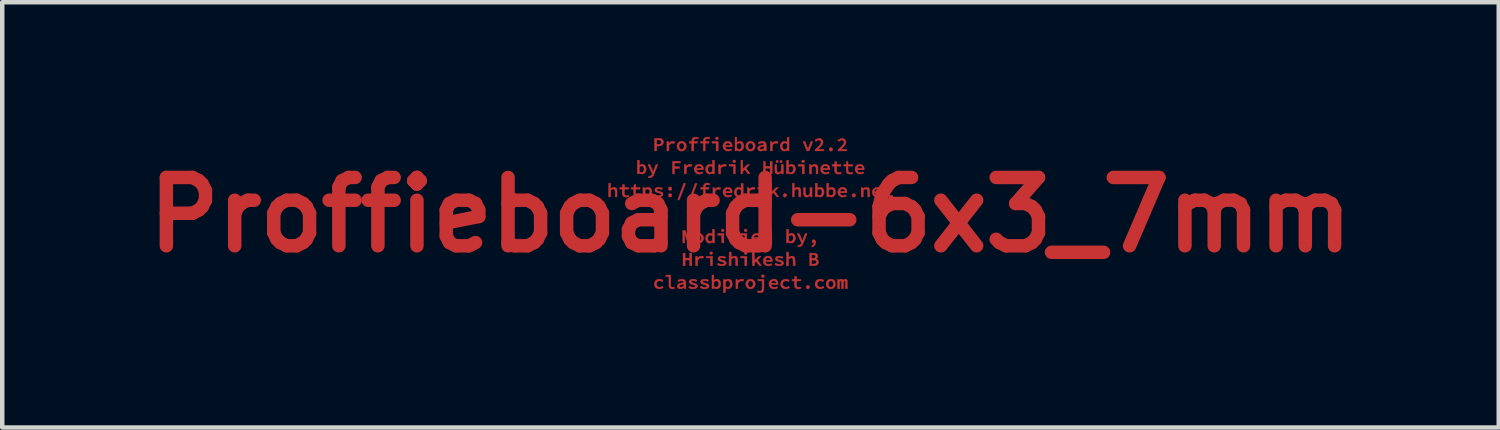
<source format=kicad_pcb>
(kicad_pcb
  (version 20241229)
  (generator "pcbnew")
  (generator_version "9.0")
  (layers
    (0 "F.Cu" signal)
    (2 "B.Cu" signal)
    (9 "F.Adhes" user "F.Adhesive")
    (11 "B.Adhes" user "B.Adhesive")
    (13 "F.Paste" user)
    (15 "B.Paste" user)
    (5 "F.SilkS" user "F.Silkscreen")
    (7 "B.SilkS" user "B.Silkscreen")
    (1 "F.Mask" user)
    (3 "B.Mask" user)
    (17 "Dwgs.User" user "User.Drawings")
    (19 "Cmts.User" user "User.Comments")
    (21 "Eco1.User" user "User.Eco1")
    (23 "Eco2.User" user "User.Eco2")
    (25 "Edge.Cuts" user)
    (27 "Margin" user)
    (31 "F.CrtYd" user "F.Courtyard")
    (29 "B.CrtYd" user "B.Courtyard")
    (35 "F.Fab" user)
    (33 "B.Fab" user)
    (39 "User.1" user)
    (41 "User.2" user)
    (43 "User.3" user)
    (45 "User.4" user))
  (footprint "Proffieboard-6x3_7mm"
    (layer "F.Cu")
    (at 13.687 1.742)
    (property "Reference" "Proffieboard-6x3_7mm" (at 0 0 0) (layer "F.Cu") (effects (font (size 1.524 1.524) (thickness 0.3))))
    (attr through_hole)
    (fp_poly (pts (xy -0.848 1.133) (xy -0.894 1.133) (xy -0.894 0.96) (xy -0.986 0.96) (xy -0.986 0.925) (xy -0.848 0.925) (xy -0.848 1.133)) (stroke (width 0.01) (type solid)) (fill yes) (layer "F.Cu"))
    (fp_poly (pts (xy -0.721 -1.427) (xy -0.767 -1.427) (xy -0.767 -1.6) (xy -0.859 -1.6) (xy -0.859 -1.636) (xy -0.721 -1.636) (xy -0.721 -1.427)) (stroke (width 0.01) (type solid)) (fill yes) (layer "F.Cu"))
    (fp_poly (pts (xy -0.594 0.625) (xy -0.64 0.625) (xy -0.64 0.452) (xy -0.732 0.452) (xy -0.732 0.417) (xy -0.594 0.417) (xy -0.594 0.625)) (stroke (width 0.01) (type solid)) (fill yes) (layer "F.Cu"))
    (fp_poly (pts (xy -0.081 0.625) (xy -0.127 0.625) (xy -0.127 0.452) (xy -0.218 0.452) (xy -0.218 0.417) (xy -0.081 0.417) (xy -0.081 0.625)) (stroke (width 0.01) (type solid)) (fill yes) (layer "F.Cu"))
    (fp_poly (pts (xy -0.081 1.133) (xy -0.127 1.133) (xy -0.127 0.96) (xy -0.218 0.96) (xy -0.218 0.925) (xy -0.081 0.925) (xy -0.081 1.133)) (stroke (width 0.01) (type solid)) (fill yes) (layer "F.Cu"))
    (fp_poly (pts (xy 1.199 -0.914) (xy 1.153 -0.914) (xy 1.153 -1.087) (xy 1.062 -1.087) (xy 1.062 -1.123) (xy 1.199 -1.123) (xy 1.199 -0.914)) (stroke (width 0.01) (type solid)) (fill yes) (layer "F.Cu"))
    (fp_poly (pts (xy -0.34 -0.914) (xy -0.381 -0.914) (xy -0.381 -1.087) (xy -0.428 -1.088) (xy -0.475 -1.09) (xy -0.478 -1.123) (xy -0.34 -1.123) (xy -0.34 -0.914)) (stroke (width 0.01) (type solid)) (fill yes) (layer "F.Cu"))
    (fp_poly (pts (xy 0.3 -0.401) (xy 0.259 -0.401) (xy 0.259 -0.574) (xy 0.212 -0.575) (xy 0.165 -0.577) (xy 0.162 -0.61) (xy 0.3 -0.61) (xy 0.3 -0.401)) (stroke (width 0.01) (type solid)) (fill yes) (layer "F.Cu"))
    (fp_poly (pts (xy -1.565 -1.158) (xy -1.697 -1.158) (xy -1.697 -1.072) (xy -1.585 -1.072) (xy -1.585 -1.037) (xy -1.694 -1.034) (xy -1.696 -0.974) (xy -1.697 -0.914) (xy -1.737 -0.914) (xy -1.737 -1.194) (xy -1.565 -1.194) (xy -1.565 -1.158)) (stroke (width 0.01) (type solid)) (fill yes) (layer "F.Cu"))
    (fp_poly (pts (xy -1.458 0.965) (xy -1.356 0.965) (xy -1.356 0.853) (xy -1.311 0.853) (xy -1.311 1.133) (xy -1.356 1.133) (xy -1.356 1.006) (xy -1.458 1.006) (xy -1.458 1.133) (xy -1.504 1.133) (xy -1.504 0.853) (xy -1.458 0.853) (xy -1.458 0.965)) (stroke (width 0.01) (type solid)) (fill yes) (layer "F.Cu"))
    (fp_poly (pts (xy 0.33 -1.082) (xy 0.437 -1.082) (xy 0.437 -1.194) (xy 0.483 -1.194) (xy 0.483 -0.914) (xy 0.437 -0.914) (xy 0.437 -1.041) (xy 0.33 -1.041) (xy 0.33 -0.914) (xy 0.29 -0.914) (xy 0.29 -1.194) (xy 0.33 -1.194) (xy 0.33 -1.082)) (stroke (width 0.01) (type solid)) (fill yes) (layer "F.Cu"))
    (fp_poly (pts (xy -0.611 0.317) (xy -0.598 0.324) (xy -0.59 0.338) (xy -0.589 0.346) (xy -0.594 0.361) (xy -0.604 0.371) (xy -0.619 0.376) (xy -0.633 0.373) (xy -0.642 0.367) (xy -0.649 0.352) (xy -0.649 0.336) (xy -0.641 0.323) (xy -0.626 0.316) (xy -0.611 0.317)) (stroke (width 0.01) (type solid)) (fill yes) (layer "F.Cu"))
    (fp_poly (pts (xy -0.731 -1.733) (xy -0.721 -1.722) (xy -0.717 -1.708) (xy -0.719 -1.694) (xy -0.726 -1.685) (xy -0.739 -1.678) (xy -0.754 -1.677) (xy -0.765 -1.68) (xy -0.776 -1.692) (xy -0.779 -1.707) (xy -0.777 -1.718) (xy -0.767 -1.731) (xy -0.755 -1.737) (xy -0.746 -1.737) (xy -0.731 -1.733)) (stroke (width 0.01) (type solid)) (fill yes) (layer "F.Cu"))
    (fp_poly (pts (xy -0.091 0.319) (xy -0.081 0.33) (xy -0.076 0.344) (xy -0.079 0.359) (xy -0.085 0.368) (xy -0.099 0.374) (xy -0.114 0.376) (xy -0.125 0.372) (xy -0.135 0.36) (xy -0.139 0.345) (xy -0.137 0.334) (xy -0.127 0.321) (xy -0.115 0.316) (xy -0.106 0.315) (xy -0.091 0.319)) (stroke (width 0.01) (type solid)) (fill yes) (layer "F.Cu"))
    (fp_poly (pts (xy -0.091 0.827) (xy -0.081 0.838) (xy -0.076 0.852) (xy -0.079 0.867) (xy -0.085 0.876) (xy -0.099 0.882) (xy -0.114 0.884) (xy -0.125 0.88) (xy -0.135 0.868) (xy -0.139 0.853) (xy -0.137 0.842) (xy -0.127 0.829) (xy -0.115 0.824) (xy -0.106 0.823) (xy -0.091 0.827)) (stroke (width 0.01) (type solid)) (fill yes) (layer "F.Cu"))
    (fp_poly (pts (xy 0.599 -1.217) (xy 0.607 -1.212) (xy 0.617 -1.201) (xy 0.62 -1.186) (xy 0.616 -1.173) (xy 0.614 -1.169) (xy 0.602 -1.164) (xy 0.588 -1.165) (xy 0.577 -1.171) (xy 0.57 -1.185) (xy 0.571 -1.199) (xy 0.581 -1.211) (xy 0.582 -1.212) (xy 0.592 -1.217) (xy 0.599 -1.217)) (stroke (width 0.01) (type solid)) (fill yes) (layer "F.Cu"))
    (fp_poly (pts (xy 0.686 -1.217) (xy 0.693 -1.212) (xy 0.704 -1.2) (xy 0.706 -1.187) (xy 0.702 -1.174) (xy 0.691 -1.166) (xy 0.679 -1.163) (xy 0.669 -1.167) (xy 0.663 -1.171) (xy 0.656 -1.185) (xy 0.657 -1.199) (xy 0.667 -1.211) (xy 0.668 -1.212) (xy 0.678 -1.217) (xy 0.686 -1.217)) (stroke (width 0.01) (type solid)) (fill yes) (layer "F.Cu"))
    (fp_poly (pts (xy 1.189 -1.22) (xy 1.199 -1.209) (xy 1.204 -1.195) (xy 1.201 -1.181) (xy 1.195 -1.172) (xy 1.181 -1.165) (xy 1.166 -1.164) (xy 1.155 -1.167) (xy 1.145 -1.179) (xy 1.141 -1.194) (xy 1.144 -1.205) (xy 1.153 -1.218) (xy 1.165 -1.224) (xy 1.174 -1.224) (xy 1.189 -1.22)) (stroke (width 0.01) (type solid)) (fill yes) (layer "F.Cu"))
    (fp_poly (pts (xy -1.776 -0.62) (xy -1.762 -0.609) (xy -1.754 -0.594) (xy -1.753 -0.586) (xy -1.757 -0.568) (xy -1.768 -0.554) (xy -1.783 -0.547) (xy -1.8 -0.546) (xy -1.813 -0.551) (xy -1.826 -0.566) (xy -1.831 -0.582) (xy -1.828 -0.599) (xy -1.82 -0.613) (xy -1.805 -0.622) (xy -1.792 -0.625) (xy -1.776 -0.62)) (stroke (width 0.01) (type solid)) (fill yes) (layer "F.Cu"))
    (fp_poly (pts (xy -0.348 -1.219) (xy -0.336 -1.21) (xy -0.33 -1.196) (xy -0.33 -1.194) (xy -0.335 -1.181) (xy -0.346 -1.17) (xy -0.36 -1.164) (xy -0.363 -1.163) (xy -0.376 -1.167) (xy -0.386 -1.173) (xy -0.395 -1.188) (xy -0.394 -1.203) (xy -0.388 -1.213) (xy -0.377 -1.222) (xy -0.362 -1.224) (xy -0.348 -1.219)) (stroke (width 0.01) (type solid)) (fill yes) (layer "F.Cu"))
    (fp_poly (pts (xy 0.292 -0.706) (xy 0.304 -0.697) (xy 0.31 -0.683) (xy 0.31 -0.681) (xy 0.305 -0.668) (xy 0.294 -0.656) (xy 0.28 -0.651) (xy 0.277 -0.65) (xy 0.264 -0.654) (xy 0.254 -0.66) (xy 0.245 -0.674) (xy 0.246 -0.689) (xy 0.252 -0.7) (xy 0.263 -0.709) (xy 0.278 -0.711) (xy 0.292 -0.706)) (stroke (width 0.01) (type solid)) (fill yes) (layer "F.Cu"))
    (fp_poly (pts (xy 0.292 1.341) (xy 0.304 1.35) (xy 0.31 1.364) (xy 0.31 1.367) (xy 0.305 1.38) (xy 0.294 1.391) (xy 0.28 1.397) (xy 0.277 1.397) (xy 0.264 1.393) (xy 0.254 1.387) (xy 0.245 1.373) (xy 0.246 1.358) (xy 0.252 1.347) (xy 0.263 1.338) (xy 0.278 1.337) (xy 0.292 1.341)) (stroke (width 0.01) (type solid)) (fill yes) (layer "F.Cu"))
    (fp_poly (pts (xy 1.298 1.577) (xy 1.311 1.589) (xy 1.319 1.605) (xy 1.319 1.618) (xy 1.311 1.635) (xy 1.297 1.647) (xy 1.28 1.651) (xy 1.265 1.648) (xy 1.255 1.642) (xy 1.244 1.627) (xy 1.241 1.611) (xy 1.246 1.595) (xy 1.256 1.581) (xy 1.272 1.574) (xy 1.28 1.573) (xy 1.298 1.577)) (stroke (width 0.01) (type solid)) (fill yes) (layer "F.Cu"))
    (fp_poly (pts (xy 2.323 -0.47) (xy 2.336 -0.458) (xy 2.342 -0.44) (xy 2.342 -0.435) (xy 2.338 -0.417) (xy 2.327 -0.405) (xy 2.312 -0.397) (xy 2.296 -0.397) (xy 2.281 -0.404) (xy 2.276 -0.41) (xy 2.267 -0.428) (xy 2.266 -0.445) (xy 2.273 -0.46) (xy 2.287 -0.471) (xy 2.304 -0.474) (xy 2.323 -0.47)) (stroke (width 0.01) (type solid)) (fill yes) (layer "F.Cu"))
    (fp_poly (pts (xy -1.774 -0.471) (xy -1.762 -0.461) (xy -1.755 -0.447) (xy -1.754 -0.43) (xy -1.76 -0.415) (xy -1.765 -0.409) (xy -1.781 -0.399) (xy -1.798 -0.396) (xy -1.814 -0.402) (xy -1.815 -0.403) (xy -1.827 -0.417) (xy -1.831 -0.435) (xy -1.827 -0.452) (xy -1.815 -0.466) (xy -1.807 -0.472) (xy -1.79 -0.475) (xy -1.774 -0.471)) (stroke (width 0.01) (type solid)) (fill yes) (layer "F.Cu"))
    (fp_poly (pts (xy -1.709 -1.64) (xy -1.697 -1.636) (xy -1.693 -1.628) (xy -1.694 -1.615) (xy -1.697 -1.598) (xy -1.774 -1.598) (xy -1.819 -1.55) (xy -1.819 -1.427) (xy -1.864 -1.427) (xy -1.864 -1.636) (xy -1.824 -1.636) (xy -1.824 -1.59) (xy -1.805 -1.608) (xy -1.781 -1.628) (xy -1.754 -1.638) (xy -1.729 -1.641) (xy -1.709 -1.64)) (stroke (width 0.01) (type solid)) (fill yes) (layer "F.Cu"))
    (fp_poly (pts (xy -1.069 0.921) (xy -1.057 0.925) (xy -1.053 0.933) (xy -1.053 0.946) (xy -1.057 0.963) (xy -1.134 0.963) (xy -1.179 1.01) (xy -1.179 1.133) (xy -1.224 1.133) (xy -1.224 0.925) (xy -1.184 0.925) (xy -1.184 0.971) (xy -1.165 0.952) (xy -1.141 0.933) (xy -1.114 0.922) (xy -1.089 0.92) (xy -1.069 0.921)) (stroke (width 0.01) (type solid)) (fill yes) (layer "F.Cu"))
    (fp_poly (pts (xy -0.862 0.827) (xy -0.85 0.837) (xy -0.844 0.85) (xy -0.843 0.853) (xy -0.848 0.867) (xy -0.859 0.878) (xy -0.873 0.884) (xy -0.876 0.884) (xy -0.889 0.88) (xy -0.899 0.874) (xy -0.907 0.863) (xy -0.909 0.853) (xy -0.905 0.84) (xy -0.894 0.829) (xy -0.88 0.823) (xy -0.876 0.823) (xy -0.862 0.827)) (stroke (width 0.01) (type solid)) (fill yes) (layer "F.Cu"))
    (fp_poly (pts (xy 0.786 -0.471) (xy 0.798 -0.461) (xy 0.805 -0.447) (xy 0.806 -0.43) (xy 0.8 -0.415) (xy 0.795 -0.409) (xy 0.78 -0.399) (xy 0.762 -0.396) (xy 0.746 -0.402) (xy 0.745 -0.403) (xy 0.734 -0.417) (xy 0.73 -0.435) (xy 0.734 -0.452) (xy 0.745 -0.466) (xy 0.754 -0.472) (xy 0.771 -0.475) (xy 0.786 -0.471)) (stroke (width 0.01) (type solid)) (fill yes) (layer "F.Cu"))
    (fp_poly (pts (xy 1.798 -1.5) (xy 1.812 -1.494) (xy 1.824 -1.484) (xy 1.83 -1.469) (xy 1.829 -1.451) (xy 1.828 -1.448) (xy 1.818 -1.432) (xy 1.803 -1.423) (xy 1.786 -1.423) (xy 1.769 -1.431) (xy 1.765 -1.435) (xy 1.755 -1.45) (xy 1.754 -1.466) (xy 1.758 -1.48) (xy 1.769 -1.494) (xy 1.783 -1.501) (xy 1.798 -1.5)) (stroke (width 0.01) (type solid)) (fill yes) (layer "F.Cu"))
    (fp_poly (pts (xy -1.197 -1.733) (xy -1.177 -1.729) (xy -1.165 -1.722) (xy -1.163 -1.716) (xy -1.165 -1.702) (xy -1.172 -1.696) (xy -1.185 -1.696) (xy -1.192 -1.697) (xy -1.218 -1.7) (xy -1.239 -1.695) (xy -1.255 -1.683) (xy -1.263 -1.665) (xy -1.265 -1.651) (xy -1.265 -1.636) (xy -1.184 -1.636) (xy -1.184 -1.6) (xy -1.265 -1.6) (xy -1.265 -1.427) (xy -1.311 -1.427) (xy -1.311 -1.6) (xy -1.367 -1.6) (xy -1.367 -1.636) (xy -1.312 -1.636) (xy -1.309 -1.66) (xy -1.301 -1.69) (xy -1.286 -1.712) (xy -1.265 -1.727) (xy -1.237 -1.734) (xy -1.227 -1.734) (xy -1.197 -1.733)) (stroke (width 0.01) (type solid)) (fill yes) (layer "F.Cu"))
    (fp_poly (pts (xy -0.556 -1.127) (xy -0.544 -1.123) (xy -0.54 -1.115) (xy -0.541 -1.103) (xy -0.542 -1.102) (xy -0.545 -1.092) (xy -0.549 -1.088) (xy -0.558 -1.086) (xy -0.574 -1.086) (xy -0.574 -1.086) (xy -0.6 -1.086) (xy -0.619 -1.081) (xy -0.636 -1.069) (xy -0.647 -1.059) (xy -0.665 -1.04) (xy -0.665 -0.914) (xy -0.711 -0.914) (xy -0.711 -1.123) (xy -0.692 -1.122) (xy -0.68 -1.12) (xy -0.674 -1.116) (xy -0.672 -1.106) (xy -0.672 -1.099) (xy -0.67 -1.077) (xy -0.657 -1.092) (xy -0.636 -1.11) (xy -0.61 -1.122) (xy -0.581 -1.128) (xy -0.576 -1.128) (xy -0.556 -1.127)) (stroke (width 0.01) (type solid)) (fill yes) (layer "F.Cu"))
    (fp_poly (pts (xy 0.084 -0.614) (xy 0.096 -0.61) (xy 0.1 -0.602) (xy 0.099 -0.59) (xy 0.099 -0.589) (xy 0.095 -0.579) (xy 0.091 -0.574) (xy 0.082 -0.573) (xy 0.066 -0.573) (xy 0.066 -0.573) (xy 0.041 -0.573) (xy 0.021 -0.567) (xy 0.004 -0.556) (xy -0.007 -0.546) (xy -0.025 -0.527) (xy -0.025 -0.401) (xy -0.071 -0.401) (xy -0.071 -0.61) (xy -0.052 -0.609) (xy -0.04 -0.607) (xy -0.034 -0.603) (xy -0.032 -0.593) (xy -0.031 -0.585) (xy -0.03 -0.564) (xy -0.017 -0.579) (xy 0.004 -0.597) (xy 0.03 -0.609) (xy 0.059 -0.615) (xy 0.064 -0.615) (xy 0.084 -0.614)) (stroke (width 0.01) (type solid)) (fill yes) (layer "F.Cu"))
    (fp_poly (pts (xy -0.173 -1.019) (xy -0.121 -1.071) (xy -0.1 -1.091) (xy -0.085 -1.105) (xy -0.074 -1.114) (xy -0.066 -1.12) (xy -0.058 -1.122) (xy -0.049 -1.123) (xy -0.043 -1.123) (xy -0.018 -1.123) (xy -0.101 -1.039) (xy -0.011 -0.917) (xy -0.034 -0.915) (xy -0.052 -0.916) (xy -0.061 -0.92) (xy -0.061 -0.92) (xy -0.066 -0.927) (xy -0.075 -0.94) (xy -0.087 -0.957) (xy -0.097 -0.97) (xy -0.128 -1.012) (xy -0.15 -0.99) (xy -0.163 -0.977) (xy -0.17 -0.967) (xy -0.172 -0.956) (xy -0.173 -0.941) (xy -0.173 -0.914) (xy -0.213 -0.914) (xy -0.213 -1.219) (xy -0.173 -1.219) (xy -0.173 -1.019)) (stroke (width 0.01) (type solid)) (fill yes) (layer "F.Cu"))
    (fp_poly (pts (xy 0.467 -0.506) (xy 0.52 -0.558) (xy 0.54 -0.578) (xy 0.555 -0.592) (xy 0.566 -0.601) (xy 0.574 -0.606) (xy 0.582 -0.609) (xy 0.591 -0.61) (xy 0.597 -0.61) (xy 0.622 -0.61) (xy 0.539 -0.526) (xy 0.629 -0.404) (xy 0.606 -0.402) (xy 0.588 -0.403) (xy 0.579 -0.407) (xy 0.579 -0.407) (xy 0.574 -0.414) (xy 0.565 -0.427) (xy 0.553 -0.444) (xy 0.544 -0.457) (xy 0.512 -0.499) (xy 0.49 -0.477) (xy 0.477 -0.464) (xy 0.471 -0.454) (xy 0.468 -0.443) (xy 0.467 -0.428) (xy 0.467 -0.401) (xy 0.427 -0.401) (xy 0.427 -0.706) (xy 0.467 -0.706) (xy 0.467 -0.506)) (stroke (width 0.01) (type solid)) (fill yes) (layer "F.Cu"))
    (fp_poly (pts (xy 0.975 -0.579) (xy 0.996 -0.595) (xy 1.021 -0.609) (xy 1.049 -0.614) (xy 1.077 -0.61) (xy 1.084 -0.608) (xy 1.097 -0.601) (xy 1.107 -0.591) (xy 1.114 -0.577) (xy 1.118 -0.558) (xy 1.121 -0.532) (xy 1.122 -0.497) (xy 1.123 -0.479) (xy 1.123 -0.401) (xy 1.077 -0.401) (xy 1.077 -0.477) (xy 1.077 -0.507) (xy 1.076 -0.529) (xy 1.075 -0.544) (xy 1.073 -0.554) (xy 1.07 -0.561) (xy 1.068 -0.564) (xy 1.054 -0.574) (xy 1.035 -0.576) (xy 1.014 -0.571) (xy 0.996 -0.562) (xy 0.975 -0.547) (xy 0.975 -0.401) (xy 0.935 -0.401) (xy 0.935 -0.706) (xy 0.975 -0.706) (xy 0.975 -0.579)) (stroke (width 0.01) (type solid)) (fill yes) (layer "F.Cu"))
    (fp_poly (pts (xy -1.778 1.591) (xy -1.765 1.604) (xy -1.756 1.611) (xy -1.747 1.614) (xy -1.735 1.614) (xy -1.725 1.613) (xy -1.709 1.612) (xy -1.701 1.612) (xy -1.697 1.616) (xy -1.695 1.622) (xy -1.692 1.633) (xy -1.695 1.64) (xy -1.704 1.644) (xy -1.708 1.645) (xy -1.732 1.65) (xy -1.759 1.649) (xy -1.782 1.643) (xy -1.796 1.634) (xy -1.808 1.621) (xy -1.808 1.62) (xy -1.812 1.613) (xy -1.814 1.606) (xy -1.816 1.597) (xy -1.817 1.584) (xy -1.818 1.566) (xy -1.818 1.541) (xy -1.819 1.508) (xy -1.819 1.49) (xy -1.819 1.377) (xy -1.89 1.377) (xy -1.887 1.344) (xy -1.778 1.341) (xy -1.778 1.591)) (stroke (width 0.01) (type solid)) (fill yes) (layer "F.Cu"))
    (fp_poly (pts (xy -1.33 -1.126) (xy -1.316 -1.124) (xy -1.308 -1.121) (xy -1.307 -1.115) (xy -1.309 -1.104) (xy -1.309 -1.102) (xy -1.314 -1.085) (xy -1.345 -1.087) (xy -1.375 -1.084) (xy -1.399 -1.074) (xy -1.419 -1.056) (xy -1.422 -1.052) (xy -1.427 -1.044) (xy -1.43 -1.035) (xy -1.431 -1.023) (xy -1.432 -1.004) (xy -1.433 -0.978) (xy -1.433 -0.914) (xy -1.478 -0.914) (xy -1.478 -1.123) (xy -1.461 -1.123) (xy -1.45 -1.122) (xy -1.444 -1.117) (xy -1.441 -1.107) (xy -1.44 -1.102) (xy -1.437 -1.082) (xy -1.418 -1.099) (xy -1.402 -1.111) (xy -1.385 -1.12) (xy -1.379 -1.123) (xy -1.366 -1.125) (xy -1.348 -1.127) (xy -1.33 -1.126)) (stroke (width 0.01) (type solid)) (fill yes) (layer "F.Cu"))
    (fp_poly (pts (xy -0.69 -0.613) (xy -0.675 -0.611) (xy -0.668 -0.608) (xy -0.667 -0.602) (xy -0.669 -0.59) (xy -0.669 -0.589) (xy -0.674 -0.572) (xy -0.705 -0.573) (xy -0.735 -0.571) (xy -0.759 -0.561) (xy -0.779 -0.543) (xy -0.782 -0.539) (xy -0.787 -0.531) (xy -0.79 -0.522) (xy -0.791 -0.51) (xy -0.792 -0.491) (xy -0.792 -0.465) (xy -0.792 -0.401) (xy -0.838 -0.401) (xy -0.838 -0.61) (xy -0.821 -0.61) (xy -0.81 -0.609) (xy -0.804 -0.604) (xy -0.801 -0.594) (xy -0.8 -0.589) (xy -0.797 -0.569) (xy -0.777 -0.586) (xy -0.762 -0.598) (xy -0.745 -0.607) (xy -0.739 -0.61) (xy -0.726 -0.612) (xy -0.708 -0.613) (xy -0.69 -0.613)) (stroke (width 0.01) (type solid)) (fill yes) (layer "F.Cu"))
    (fp_poly (pts (xy 0.59 -1.639) (xy 0.605 -1.638) (xy 0.613 -1.635) (xy 0.613 -1.628) (xy 0.611 -1.617) (xy 0.611 -1.615) (xy 0.607 -1.598) (xy 0.575 -1.6) (xy 0.545 -1.597) (xy 0.521 -1.587) (xy 0.501 -1.569) (xy 0.498 -1.565) (xy 0.493 -1.557) (xy 0.491 -1.548) (xy 0.489 -1.536) (xy 0.488 -1.518) (xy 0.488 -1.491) (xy 0.488 -1.427) (xy 0.442 -1.427) (xy 0.442 -1.636) (xy 0.459 -1.636) (xy 0.471 -1.635) (xy 0.476 -1.631) (xy 0.479 -1.62) (xy 0.48 -1.615) (xy 0.484 -1.595) (xy 0.503 -1.612) (xy 0.518 -1.624) (xy 0.535 -1.633) (xy 0.541 -1.636) (xy 0.555 -1.638) (xy 0.572 -1.64) (xy 0.59 -1.639)) (stroke (width 0.01) (type solid)) (fill yes) (layer "F.Cu"))
    (fp_poly (pts (xy 1.38 -1.636) (xy 1.383 -1.635) (xy 1.384 -1.631) (xy 1.383 -1.623) (xy 1.379 -1.611) (xy 1.372 -1.593) (xy 1.362 -1.568) (xy 1.349 -1.535) (xy 1.344 -1.524) (xy 1.307 -1.43) (xy 1.256 -1.427) (xy 1.215 -1.529) (xy 1.203 -1.559) (xy 1.192 -1.585) (xy 1.183 -1.608) (xy 1.177 -1.624) (xy 1.174 -1.632) (xy 1.173 -1.633) (xy 1.178 -1.635) (xy 1.189 -1.635) (xy 1.195 -1.635) (xy 1.217 -1.633) (xy 1.249 -1.548) (xy 1.282 -1.462) (xy 1.291 -1.489) (xy 1.297 -1.505) (xy 1.305 -1.527) (xy 1.315 -1.552) (xy 1.324 -1.576) (xy 1.347 -1.636) (xy 1.367 -1.636) (xy 1.374 -1.636) (xy 1.38 -1.636)) (stroke (width 0.01) (type solid)) (fill yes) (layer "F.Cu"))
    (fp_poly (pts (xy 1.429 0.558) (xy 1.442 0.569) (xy 1.45 0.585) (xy 1.453 0.605) (xy 1.452 0.628) (xy 1.445 0.65) (xy 1.434 0.672) (xy 1.418 0.691) (xy 1.399 0.705) (xy 1.385 0.713) (xy 1.377 0.715) (xy 1.372 0.713) (xy 1.368 0.705) (xy 1.368 0.704) (xy 1.365 0.696) (xy 1.367 0.69) (xy 1.376 0.683) (xy 1.382 0.678) (xy 1.397 0.666) (xy 1.408 0.652) (xy 1.41 0.648) (xy 1.415 0.634) (xy 1.416 0.628) (xy 1.411 0.624) (xy 1.402 0.622) (xy 1.385 0.615) (xy 1.376 0.602) (xy 1.373 0.588) (xy 1.376 0.573) (xy 1.386 0.561) (xy 1.401 0.555) (xy 1.41 0.554) (xy 1.429 0.558)) (stroke (width 0.01) (type solid)) (fill yes) (layer "F.Cu"))
    (fp_poly (pts (xy -0.94 -1.732) (xy -0.921 -1.728) (xy -0.91 -1.723) (xy -0.906 -1.717) (xy -0.908 -1.708) (xy -0.909 -1.706) (xy -0.913 -1.698) (xy -0.918 -1.695) (xy -0.929 -1.696) (xy -0.935 -1.697) (xy -0.959 -1.7) (xy -0.981 -1.697) (xy -0.996 -1.688) (xy -0.998 -1.686) (xy -1.004 -1.675) (xy -1.009 -1.66) (xy -1.009 -1.656) (xy -1.012 -1.636) (xy -0.925 -1.636) (xy -0.925 -1.6) (xy -1.011 -1.6) (xy -1.011 -1.427) (xy -1.052 -1.427) (xy -1.052 -1.6) (xy -1.113 -1.6) (xy -1.113 -1.636) (xy -1.052 -1.636) (xy -1.052 -1.657) (xy -1.047 -1.684) (xy -1.035 -1.707) (xy -1.015 -1.723) (xy -0.99 -1.732) (xy -0.96 -1.735) (xy -0.94 -1.732)) (stroke (width 0.01) (type solid)) (fill yes) (layer "F.Cu"))
    (fp_poly (pts (xy -0.94 -0.706) (xy -0.921 -0.702) (xy -0.91 -0.697) (xy -0.906 -0.691) (xy -0.908 -0.681) (xy -0.909 -0.679) (xy -0.913 -0.671) (xy -0.918 -0.669) (xy -0.929 -0.67) (xy -0.935 -0.671) (xy -0.959 -0.674) (xy -0.981 -0.671) (xy -0.996 -0.662) (xy -0.998 -0.66) (xy -1.004 -0.649) (xy -1.009 -0.634) (xy -1.009 -0.63) (xy -1.012 -0.61) (xy -0.925 -0.61) (xy -0.925 -0.574) (xy -1.011 -0.574) (xy -1.011 -0.401) (xy -1.052 -0.401) (xy -1.052 -0.574) (xy -1.113 -0.574) (xy -1.113 -0.61) (xy -1.052 -0.61) (xy -1.052 -0.63) (xy -1.047 -0.658) (xy -1.035 -0.68) (xy -1.015 -0.697) (xy -0.99 -0.706) (xy -0.96 -0.709) (xy -0.94 -0.706)) (stroke (width 0.01) (type solid)) (fill yes) (layer "F.Cu"))
    (fp_poly (pts (xy -0.431 0.889) (xy -0.429 0.95) (xy -0.41 0.937) (xy -0.386 0.925) (xy -0.36 0.92) (xy -0.334 0.923) (xy -0.324 0.927) (xy -0.311 0.934) (xy -0.302 0.943) (xy -0.295 0.956) (xy -0.291 0.974) (xy -0.288 0.998) (xy -0.286 1.03) (xy -0.285 1.053) (xy -0.284 1.133) (xy -0.33 1.133) (xy -0.33 1.061) (xy -0.331 1.027) (xy -0.332 1.001) (xy -0.335 0.983) (xy -0.34 0.971) (xy -0.348 0.963) (xy -0.358 0.959) (xy -0.36 0.958) (xy -0.382 0.959) (xy -0.404 0.968) (xy -0.417 0.976) (xy -0.432 0.986) (xy -0.432 1.133) (xy -0.478 1.133) (xy -0.475 0.831) (xy -0.454 0.829) (xy -0.432 0.827) (xy -0.431 0.889)) (stroke (width 0.01) (type solid)) (fill yes) (layer "F.Cu"))
    (fp_poly (pts (xy -0.3 0.32) (xy -0.28 0.324) (xy -0.27 0.329) (xy -0.266 0.335) (xy -0.268 0.345) (xy -0.269 0.347) (xy -0.273 0.355) (xy -0.278 0.358) (xy -0.289 0.356) (xy -0.295 0.355) (xy -0.319 0.352) (xy -0.341 0.356) (xy -0.356 0.364) (xy -0.358 0.366) (xy -0.364 0.377) (xy -0.369 0.392) (xy -0.369 0.396) (xy -0.372 0.417) (xy -0.284 0.417) (xy -0.284 0.452) (xy -0.371 0.452) (xy -0.371 0.625) (xy -0.411 0.625) (xy -0.411 0.452) (xy -0.472 0.452) (xy -0.472 0.417) (xy -0.411 0.417) (xy -0.411 0.396) (xy -0.407 0.368) (xy -0.395 0.346) (xy -0.375 0.329) (xy -0.35 0.32) (xy -0.32 0.318) (xy -0.3 0.32)) (stroke (width 0.01) (type solid)) (fill yes) (layer "F.Cu"))
    (fp_poly (pts (xy -0.171 1.435) (xy -0.159 1.437) (xy -0.155 1.438) (xy -0.155 1.444) (xy -0.157 1.456) (xy -0.157 1.458) (xy -0.162 1.476) (xy -0.194 1.474) (xy -0.214 1.474) (xy -0.228 1.476) (xy -0.239 1.482) (xy -0.244 1.484) (xy -0.26 1.497) (xy -0.272 1.51) (xy -0.279 1.526) (xy -0.283 1.547) (xy -0.284 1.574) (xy -0.284 1.588) (xy -0.284 1.646) (xy -0.325 1.646) (xy -0.325 1.438) (xy -0.307 1.438) (xy -0.295 1.438) (xy -0.291 1.443) (xy -0.29 1.454) (xy -0.29 1.455) (xy -0.288 1.47) (xy -0.283 1.475) (xy -0.275 1.471) (xy -0.269 1.465) (xy -0.244 1.445) (xy -0.216 1.435) (xy -0.187 1.434) (xy -0.171 1.435)) (stroke (width 0.01) (type solid)) (fill yes) (layer "F.Cu"))
    (fp_poly (pts (xy 0.849 0.889) (xy 0.851 0.95) (xy 0.87 0.937) (xy 0.894 0.925) (xy 0.921 0.92) (xy 0.946 0.923) (xy 0.956 0.927) (xy 0.969 0.934) (xy 0.978 0.943) (xy 0.985 0.956) (xy 0.989 0.974) (xy 0.992 0.998) (xy 0.994 1.03) (xy 0.995 1.053) (xy 0.997 1.133) (xy 0.95 1.133) (xy 0.95 1.061) (xy 0.95 1.027) (xy 0.948 1.001) (xy 0.945 0.983) (xy 0.94 0.971) (xy 0.932 0.963) (xy 0.922 0.959) (xy 0.92 0.958) (xy 0.899 0.959) (xy 0.876 0.968) (xy 0.863 0.976) (xy 0.848 0.986) (xy 0.848 1.133) (xy 0.802 1.133) (xy 0.805 0.831) (xy 0.827 0.829) (xy 0.848 0.827) (xy 0.849 0.889)) (stroke (width 0.01) (type solid)) (fill yes) (layer "F.Cu"))
    (fp_poly (pts (xy -3.12 -0.644) (xy -3.122 -0.581) (xy -3.097 -0.598) (xy -3.07 -0.611) (xy -3.044 -0.615) (xy -3.02 -0.611) (xy -2.999 -0.597) (xy -2.988 -0.585) (xy -2.984 -0.578) (xy -2.981 -0.57) (xy -2.979 -0.561) (xy -2.978 -0.547) (xy -2.977 -0.528) (xy -2.977 -0.502) (xy -2.977 -0.484) (xy -2.977 -0.401) (xy -3.018 -0.401) (xy -3.018 -0.469) (xy -3.018 -0.504) (xy -3.019 -0.529) (xy -3.022 -0.548) (xy -3.027 -0.561) (xy -3.034 -0.569) (xy -3.044 -0.574) (xy -3.044 -0.574) (xy -3.065 -0.577) (xy -3.087 -0.57) (xy -3.103 -0.56) (xy -3.119 -0.548) (xy -3.119 -0.401) (xy -3.165 -0.401) (xy -3.162 -0.704) (xy -3.14 -0.705) (xy -3.118 -0.707) (xy -3.12 -0.644)) (stroke (width 0.01) (type solid)) (fill yes) (layer "F.Cu"))
    (fp_poly (pts (xy -1.448 -0.703) (xy -1.448 -0.703) (xy -1.45 -0.697) (xy -1.455 -0.683) (xy -1.463 -0.662) (xy -1.473 -0.634) (xy -1.486 -0.601) (xy -1.5 -0.564) (xy -1.515 -0.524) (xy -1.518 -0.516) (xy -1.536 -0.469) (xy -1.55 -0.431) (xy -1.562 -0.401) (xy -1.571 -0.378) (xy -1.578 -0.361) (xy -1.584 -0.348) (xy -1.589 -0.34) (xy -1.593 -0.335) (xy -1.596 -0.333) (xy -1.6 -0.332) (xy -1.603 -0.331) (xy -1.615 -0.331) (xy -1.621 -0.333) (xy -1.62 -0.338) (xy -1.616 -0.352) (xy -1.609 -0.373) (xy -1.599 -0.4) (xy -1.587 -0.433) (xy -1.574 -0.47) (xy -1.558 -0.51) (xy -1.555 -0.52) (xy -1.486 -0.704) (xy -1.467 -0.705) (xy -1.455 -0.705) (xy -1.448 -0.703)) (stroke (width 0.01) (type solid)) (fill yes) (layer "F.Cu"))
    (fp_poly (pts (xy 1.46 -1.124) (xy 1.481 -1.111) (xy 1.492 -1.098) (xy 1.496 -1.091) (xy 1.5 -1.083) (xy 1.502 -1.074) (xy 1.503 -1.06) (xy 1.503 -1.041) (xy 1.504 -1.015) (xy 1.504 -0.997) (xy 1.504 -0.914) (xy 1.463 -0.914) (xy 1.463 -0.982) (xy 1.463 -1.017) (xy 1.461 -1.043) (xy 1.458 -1.061) (xy 1.453 -1.074) (xy 1.446 -1.082) (xy 1.437 -1.087) (xy 1.437 -1.087) (xy 1.415 -1.09) (xy 1.394 -1.083) (xy 1.378 -1.073) (xy 1.361 -1.061) (xy 1.361 -0.914) (xy 1.316 -0.914) (xy 1.316 -1.123) (xy 1.335 -1.122) (xy 1.348 -1.12) (xy 1.354 -1.115) (xy 1.355 -1.107) (xy 1.357 -1.093) (xy 1.383 -1.111) (xy 1.41 -1.124) (xy 1.436 -1.129) (xy 1.46 -1.124)) (stroke (width 0.01) (type solid)) (fill yes) (layer "F.Cu"))
    (fp_poly (pts (xy 0.3 1.558) (xy 0.3 1.601) (xy 0.299 1.635) (xy 0.298 1.661) (xy 0.295 1.681) (xy 0.291 1.695) (xy 0.286 1.706) (xy 0.278 1.714) (xy 0.269 1.721) (xy 0.259 1.726) (xy 0.235 1.735) (xy 0.208 1.736) (xy 0.176 1.732) (xy 0.174 1.731) (xy 0.158 1.726) (xy 0.152 1.717) (xy 0.156 1.705) (xy 0.159 1.7) (xy 0.164 1.695) (xy 0.172 1.694) (xy 0.186 1.697) (xy 0.187 1.698) (xy 0.212 1.701) (xy 0.232 1.697) (xy 0.247 1.686) (xy 0.254 1.676) (xy 0.255 1.665) (xy 0.257 1.645) (xy 0.258 1.619) (xy 0.259 1.588) (xy 0.259 1.567) (xy 0.259 1.474) (xy 0.212 1.472) (xy 0.165 1.471) (xy 0.162 1.438) (xy 0.3 1.438) (xy 0.3 1.558)) (stroke (width 0.01) (type solid)) (fill yes) (layer "F.Cu"))
    (fp_poly (pts (xy -1.2 -0.705) (xy -1.194 -0.702) (xy -1.194 -0.702) (xy -1.196 -0.696) (xy -1.2 -0.682) (xy -1.208 -0.661) (xy -1.218 -0.633) (xy -1.23 -0.601) (xy -1.244 -0.564) (xy -1.258 -0.528) (xy -1.273 -0.488) (xy -1.287 -0.451) (xy -1.3 -0.417) (xy -1.31 -0.388) (xy -1.319 -0.366) (xy -1.325 -0.351) (xy -1.327 -0.344) (xy -1.332 -0.334) (xy -1.342 -0.331) (xy -1.349 -0.33) (xy -1.361 -0.332) (xy -1.366 -0.335) (xy -1.367 -0.335) (xy -1.365 -0.341) (xy -1.36 -0.354) (xy -1.352 -0.375) (xy -1.343 -0.402) (xy -1.331 -0.433) (xy -1.318 -0.467) (xy -1.305 -0.504) (xy -1.291 -0.541) (xy -1.277 -0.578) (xy -1.264 -0.613) (xy -1.251 -0.646) (xy -1.241 -0.674) (xy -1.232 -0.697) (xy -1.224 -0.704) (xy -1.211 -0.706) (xy -1.2 -0.705)) (stroke (width 0.01) (type solid)) (fill yes) (layer "F.Cu"))
    (fp_poly (pts (xy 2.061 -1.702) (xy 2.089 -1.693) (xy 2.11 -1.676) (xy 2.124 -1.654) (xy 2.128 -1.626) (xy 2.128 -1.623) (xy 2.126 -1.602) (xy 2.118 -1.581) (xy 2.104 -1.557) (xy 2.083 -1.531) (xy 2.058 -1.505) (xy 2.017 -1.463) (xy 2.144 -1.463) (xy 2.144 -1.427) (xy 1.951 -1.427) (xy 1.951 -1.44) (xy 1.954 -1.451) (xy 1.966 -1.466) (xy 1.977 -1.477) (xy 2.013 -1.51) (xy 2.042 -1.539) (xy 2.063 -1.564) (xy 2.077 -1.586) (xy 2.085 -1.605) (xy 2.088 -1.623) (xy 2.088 -1.623) (xy 2.084 -1.643) (xy 2.072 -1.657) (xy 2.056 -1.666) (xy 2.035 -1.668) (xy 2.012 -1.664) (xy 1.989 -1.653) (xy 1.986 -1.651) (xy 1.97 -1.639) (xy 1.945 -1.665) (xy 1.968 -1.681) (xy 1.998 -1.696) (xy 2.03 -1.703) (xy 2.061 -1.702)) (stroke (width 0.01) (type solid)) (fill yes) (layer "F.Cu"))
    (fp_poly (pts (xy -2.079 -1.707) (xy -2.053 -1.706) (xy -2.03 -1.705) (xy -2.011 -1.703) (xy -2 -1.702) (xy -1.975 -1.69) (xy -1.956 -1.671) (xy -1.945 -1.647) (xy -1.942 -1.62) (xy -1.945 -1.601) (xy -1.955 -1.577) (xy -1.969 -1.559) (xy -1.99 -1.546) (xy -2.017 -1.539) (xy -2.048 -1.535) (xy -2.093 -1.533) (xy -2.093 -1.427) (xy -2.139 -1.427) (xy -2.139 -1.57) (xy -2.093 -1.57) (xy -2.062 -1.57) (xy -2.042 -1.571) (xy -2.024 -1.574) (xy -2.014 -1.577) (xy -2.001 -1.585) (xy -1.992 -1.593) (xy -1.992 -1.594) (xy -1.986 -1.614) (xy -1.989 -1.636) (xy -1.998 -1.654) (xy -1.998 -1.654) (xy -2.006 -1.662) (xy -2.013 -1.666) (xy -2.025 -1.669) (xy -2.042 -1.67) (xy -2.052 -1.671) (xy -2.093 -1.672) (xy -2.093 -1.57) (xy -2.139 -1.57) (xy -2.139 -1.707) (xy -2.079 -1.707)) (stroke (width 0.01) (type solid)) (fill yes) (layer "F.Cu"))
    (fp_poly (pts (xy 0.585 -1.047) (xy 0.586 -1.017) (xy 0.587 -0.995) (xy 0.588 -0.98) (xy 0.591 -0.97) (xy 0.594 -0.964) (xy 0.596 -0.961) (xy 0.612 -0.95) (xy 0.632 -0.947) (xy 0.653 -0.952) (xy 0.673 -0.966) (xy 0.674 -0.966) (xy 0.679 -0.971) (xy 0.682 -0.977) (xy 0.684 -0.985) (xy 0.685 -0.998) (xy 0.686 -1.017) (xy 0.686 -1.044) (xy 0.686 -1.05) (xy 0.686 -1.123) (xy 0.732 -1.123) (xy 0.732 -0.914) (xy 0.714 -0.914) (xy 0.701 -0.916) (xy 0.695 -0.921) (xy 0.693 -0.929) (xy 0.69 -0.944) (xy 0.664 -0.926) (xy 0.637 -0.913) (xy 0.611 -0.909) (xy 0.584 -0.916) (xy 0.579 -0.918) (xy 0.567 -0.926) (xy 0.558 -0.935) (xy 0.551 -0.947) (xy 0.547 -0.964) (xy 0.545 -0.988) (xy 0.544 -1.019) (xy 0.544 -1.043) (xy 0.544 -1.123) (xy 0.583 -1.123) (xy 0.585 -1.047)) (stroke (width 0.01) (type solid)) (fill yes) (layer "F.Cu"))
    (fp_poly (pts (xy 1.225 -0.534) (xy 1.226 -0.504) (xy 1.227 -0.482) (xy 1.229 -0.467) (xy 1.231 -0.457) (xy 1.234 -0.451) (xy 1.236 -0.448) (xy 1.253 -0.437) (xy 1.272 -0.434) (xy 1.293 -0.439) (xy 1.313 -0.452) (xy 1.314 -0.453) (xy 1.319 -0.458) (xy 1.322 -0.464) (xy 1.324 -0.472) (xy 1.325 -0.485) (xy 1.326 -0.504) (xy 1.326 -0.531) (xy 1.326 -0.537) (xy 1.326 -0.61) (xy 1.372 -0.61) (xy 1.372 -0.401) (xy 1.354 -0.401) (xy 1.341 -0.402) (xy 1.335 -0.408) (xy 1.333 -0.416) (xy 1.33 -0.43) (xy 1.305 -0.413) (xy 1.277 -0.4) (xy 1.251 -0.396) (xy 1.224 -0.403) (xy 1.219 -0.405) (xy 1.207 -0.412) (xy 1.198 -0.422) (xy 1.192 -0.434) (xy 1.187 -0.451) (xy 1.185 -0.475) (xy 1.184 -0.506) (xy 1.184 -0.53) (xy 1.184 -0.61) (xy 1.223 -0.61) (xy 1.225 -0.534)) (stroke (width 0.01) (type solid)) (fill yes) (layer "F.Cu"))
    (fp_poly (pts (xy 2.614 -0.611) (xy 2.629 -0.605) (xy 2.64 -0.594) (xy 2.648 -0.579) (xy 2.653 -0.557) (xy 2.656 -0.527) (xy 2.657 -0.489) (xy 2.657 -0.48) (xy 2.657 -0.401) (xy 2.617 -0.401) (xy 2.615 -0.477) (xy 2.615 -0.507) (xy 2.613 -0.529) (xy 2.612 -0.544) (xy 2.61 -0.554) (xy 2.606 -0.56) (xy 2.604 -0.563) (xy 2.589 -0.573) (xy 2.569 -0.576) (xy 2.548 -0.572) (xy 2.529 -0.56) (xy 2.526 -0.558) (xy 2.522 -0.553) (xy 2.519 -0.548) (xy 2.516 -0.539) (xy 2.515 -0.527) (xy 2.515 -0.509) (xy 2.515 -0.482) (xy 2.515 -0.474) (xy 2.515 -0.401) (xy 2.469 -0.401) (xy 2.469 -0.61) (xy 2.486 -0.61) (xy 2.498 -0.608) (xy 2.504 -0.603) (xy 2.507 -0.594) (xy 2.511 -0.578) (xy 2.521 -0.588) (xy 2.546 -0.606) (xy 2.574 -0.613) (xy 2.594 -0.614) (xy 2.614 -0.611)) (stroke (width 0.01) (type solid)) (fill yes) (layer "F.Cu"))
    (fp_poly (pts (xy 3.073 -0.61) (xy 3.17 -0.61) (xy 3.17 -0.574) (xy 3.073 -0.574) (xy 3.073 -0.515) (xy 3.074 -0.49) (xy 3.074 -0.473) (xy 3.076 -0.461) (xy 3.078 -0.454) (xy 3.083 -0.447) (xy 3.086 -0.444) (xy 3.094 -0.437) (xy 3.102 -0.433) (xy 3.114 -0.432) (xy 3.132 -0.432) (xy 3.136 -0.433) (xy 3.154 -0.433) (xy 3.165 -0.433) (xy 3.171 -0.43) (xy 3.174 -0.425) (xy 3.175 -0.421) (xy 3.177 -0.412) (xy 3.174 -0.407) (xy 3.164 -0.404) (xy 3.157 -0.402) (xy 3.127 -0.397) (xy 3.098 -0.397) (xy 3.074 -0.403) (xy 3.068 -0.405) (xy 3.052 -0.416) (xy 3.041 -0.432) (xy 3.033 -0.453) (xy 3.029 -0.482) (xy 3.028 -0.517) (xy 3.028 -0.574) (xy 2.972 -0.574) (xy 2.972 -0.609) (xy 3.001 -0.611) (xy 3.03 -0.612) (xy 3.033 -0.676) (xy 3.073 -0.676) (xy 3.073 -0.61)) (stroke (width 0.01) (type solid)) (fill yes) (layer "F.Cu"))
    (fp_poly (pts (xy 0.831 1.44) (xy 0.836 1.442) (xy 0.853 1.451) (xy 0.861 1.459) (xy 0.861 1.468) (xy 0.856 1.476) (xy 0.848 1.488) (xy 0.825 1.477) (xy 0.798 1.47) (xy 0.772 1.471) (xy 0.75 1.481) (xy 0.732 1.496) (xy 0.72 1.518) (xy 0.716 1.542) (xy 0.721 1.567) (xy 0.733 1.587) (xy 0.751 1.602) (xy 0.773 1.612) (xy 0.797 1.615) (xy 0.821 1.61) (xy 0.837 1.601) (xy 0.852 1.59) (xy 0.861 1.603) (xy 0.867 1.614) (xy 0.867 1.621) (xy 0.86 1.628) (xy 0.848 1.636) (xy 0.824 1.645) (xy 0.795 1.649) (xy 0.765 1.649) (xy 0.739 1.643) (xy 0.738 1.643) (xy 0.713 1.629) (xy 0.693 1.607) (xy 0.679 1.581) (xy 0.673 1.553) (xy 0.674 1.523) (xy 0.683 1.494) (xy 0.694 1.474) (xy 0.715 1.455) (xy 0.741 1.442) (xy 0.771 1.434) (xy 0.802 1.434) (xy 0.831 1.44)) (stroke (width 0.01) (type solid)) (fill yes) (layer "F.Cu"))
    (fp_poly (pts (xy -2.814 -0.61) (xy -2.718 -0.61) (xy -2.718 -0.574) (xy -2.814 -0.574) (xy -2.815 -0.53) (xy -2.816 -0.501) (xy -2.815 -0.48) (xy -2.814 -0.466) (xy -2.811 -0.456) (xy -2.807 -0.449) (xy -2.801 -0.443) (xy -2.801 -0.443) (xy -2.792 -0.436) (xy -2.783 -0.433) (xy -2.771 -0.432) (xy -2.753 -0.433) (xy -2.733 -0.434) (xy -2.721 -0.433) (xy -2.715 -0.427) (xy -2.713 -0.417) (xy -2.713 -0.414) (xy -2.717 -0.407) (xy -2.73 -0.402) (xy -2.747 -0.398) (xy -2.768 -0.397) (xy -2.788 -0.398) (xy -2.807 -0.401) (xy -2.819 -0.405) (xy -2.833 -0.414) (xy -2.844 -0.423) (xy -2.851 -0.436) (xy -2.855 -0.453) (xy -2.858 -0.476) (xy -2.859 -0.508) (xy -2.861 -0.574) (xy -2.916 -0.574) (xy -2.916 -0.61) (xy -2.889 -0.61) (xy -2.873 -0.61) (xy -2.863 -0.614) (xy -2.857 -0.623) (xy -2.855 -0.638) (xy -2.855 -0.654) (xy -2.855 -0.676) (xy -2.814 -0.676) (xy -2.814 -0.61)) (stroke (width 0.01) (type solid)) (fill yes) (layer "F.Cu"))
    (fp_poly (pts (xy 1.026 1.438) (xy 1.123 1.438) (xy 1.123 1.473) (xy 1.026 1.473) (xy 1.025 1.518) (xy 1.025 1.547) (xy 1.025 1.567) (xy 1.026 1.581) (xy 1.029 1.591) (xy 1.033 1.598) (xy 1.04 1.604) (xy 1.04 1.605) (xy 1.048 1.611) (xy 1.057 1.614) (xy 1.069 1.615) (xy 1.088 1.614) (xy 1.108 1.613) (xy 1.12 1.615) (xy 1.126 1.62) (xy 1.128 1.63) (xy 1.128 1.633) (xy 1.123 1.64) (xy 1.111 1.645) (xy 1.093 1.649) (xy 1.073 1.65) (xy 1.052 1.65) (xy 1.033 1.646) (xy 1.021 1.642) (xy 1.007 1.634) (xy 0.997 1.624) (xy 0.99 1.612) (xy 0.985 1.595) (xy 0.983 1.571) (xy 0.981 1.539) (xy 0.98 1.473) (xy 0.925 1.473) (xy 0.925 1.438) (xy 0.952 1.438) (xy 0.968 1.437) (xy 0.978 1.433) (xy 0.983 1.425) (xy 0.985 1.409) (xy 0.985 1.393) (xy 0.986 1.372) (xy 1.026 1.372) (xy 1.026 1.438)) (stroke (width 0.01) (type solid)) (fill yes) (layer "F.Cu"))
    (fp_poly (pts (xy 1.566 -1.699) (xy 1.57 -1.697) (xy 1.595 -1.679) (xy 1.611 -1.658) (xy 1.618 -1.634) (xy 1.615 -1.606) (xy 1.603 -1.576) (xy 1.582 -1.544) (xy 1.573 -1.533) (xy 1.556 -1.515) (xy 1.54 -1.497) (xy 1.526 -1.483) (xy 1.521 -1.479) (xy 1.501 -1.463) (xy 1.631 -1.463) (xy 1.631 -1.427) (xy 1.438 -1.427) (xy 1.438 -1.439) (xy 1.44 -1.447) (xy 1.449 -1.459) (xy 1.465 -1.475) (xy 1.487 -1.497) (xy 1.488 -1.498) (xy 1.519 -1.527) (xy 1.541 -1.552) (xy 1.557 -1.573) (xy 1.568 -1.591) (xy 1.573 -1.609) (xy 1.574 -1.613) (xy 1.572 -1.636) (xy 1.563 -1.653) (xy 1.548 -1.664) (xy 1.529 -1.669) (xy 1.507 -1.667) (xy 1.483 -1.657) (xy 1.473 -1.651) (xy 1.457 -1.639) (xy 1.446 -1.65) (xy 1.439 -1.658) (xy 1.439 -1.664) (xy 1.446 -1.672) (xy 1.464 -1.686) (xy 1.489 -1.697) (xy 1.516 -1.703) (xy 1.543 -1.704) (xy 1.566 -1.699)) (stroke (width 0.01) (type solid)) (fill yes) (layer "F.Cu"))
    (fp_poly (pts (xy -2.56 -0.61) (xy -2.464 -0.61) (xy -2.464 -0.574) (xy -2.56 -0.574) (xy -2.56 -0.515) (xy -2.56 -0.49) (xy -2.56 -0.473) (xy -2.558 -0.461) (xy -2.555 -0.454) (xy -2.551 -0.447) (xy -2.547 -0.444) (xy -2.539 -0.437) (xy -2.532 -0.433) (xy -2.521 -0.432) (xy -2.504 -0.433) (xy -2.499 -0.433) (xy -2.48 -0.435) (xy -2.469 -0.435) (xy -2.463 -0.432) (xy -2.46 -0.427) (xy -2.458 -0.423) (xy -2.455 -0.413) (xy -2.457 -0.408) (xy -2.465 -0.404) (xy -2.477 -0.401) (xy -2.506 -0.397) (xy -2.533 -0.397) (xy -2.557 -0.402) (xy -2.565 -0.405) (xy -2.58 -0.414) (xy -2.59 -0.426) (xy -2.597 -0.442) (xy -2.602 -0.464) (xy -2.605 -0.494) (xy -2.605 -0.512) (xy -2.607 -0.574) (xy -2.662 -0.574) (xy -2.662 -0.61) (xy -2.601 -0.61) (xy -2.601 -0.635) (xy -2.6 -0.655) (xy -2.597 -0.668) (xy -2.591 -0.674) (xy -2.58 -0.676) (xy -2.578 -0.676) (xy -2.56 -0.676) (xy -2.56 -0.61)) (stroke (width 0.01) (type solid)) (fill yes) (layer "F.Cu"))
    (fp_poly (pts (xy -1.994 1.437) (xy -1.976 1.444) (xy -1.961 1.453) (xy -1.954 1.46) (xy -1.954 1.468) (xy -1.96 1.477) (xy -1.969 1.489) (xy -1.989 1.478) (xy -2.011 1.471) (xy -2.035 1.47) (xy -2.057 1.475) (xy -2.068 1.48) (xy -2.085 1.497) (xy -2.095 1.518) (xy -2.098 1.542) (xy -2.095 1.564) (xy -2.086 1.585) (xy -2.072 1.601) (xy -2.054 1.61) (xy -2.03 1.615) (xy -2.01 1.613) (xy -1.989 1.606) (xy -1.985 1.604) (xy -1.962 1.592) (xy -1.954 1.606) (xy -1.949 1.616) (xy -1.95 1.622) (xy -1.959 1.629) (xy -1.96 1.63) (xy -1.988 1.644) (xy -2.021 1.65) (xy -2.054 1.649) (xy -2.073 1.644) (xy -2.088 1.638) (xy -2.101 1.631) (xy -2.102 1.63) (xy -2.123 1.61) (xy -2.136 1.584) (xy -2.143 1.555) (xy -2.142 1.525) (xy -2.134 1.497) (xy -2.119 1.471) (xy -2.11 1.462) (xy -2.086 1.446) (xy -2.056 1.436) (xy -2.025 1.433) (xy -1.994 1.437)) (stroke (width 0.01) (type solid)) (fill yes) (layer "F.Cu"))
    (fp_poly (pts (xy 1.92 -1.123) (xy 2.017 -1.123) (xy 2.017 -1.087) (xy 1.92 -1.087) (xy 1.92 -1.028) (xy 1.92 -1.003) (xy 1.921 -0.986) (xy 1.922 -0.974) (xy 1.925 -0.967) (xy 1.93 -0.961) (xy 1.933 -0.957) (xy 1.941 -0.95) (xy 1.949 -0.946) (xy 1.96 -0.945) (xy 1.977 -0.946) (xy 1.982 -0.946) (xy 2 -0.948) (xy 2.011 -0.948) (xy 2.017 -0.945) (xy 2.021 -0.94) (xy 2.022 -0.936) (xy 2.025 -0.927) (xy 2.024 -0.921) (xy 2.016 -0.917) (xy 2.003 -0.914) (xy 1.975 -0.91) (xy 1.947 -0.91) (xy 1.923 -0.915) (xy 1.915 -0.918) (xy 1.901 -0.927) (xy 1.89 -0.939) (xy 1.883 -0.955) (xy 1.879 -0.977) (xy 1.876 -1.007) (xy 1.875 -1.025) (xy 1.873 -1.087) (xy 1.819 -1.087) (xy 1.819 -1.123) (xy 1.88 -1.123) (xy 1.88 -1.148) (xy 1.88 -1.168) (xy 1.883 -1.181) (xy 1.89 -1.187) (xy 1.9 -1.189) (xy 1.903 -1.189) (xy 1.92 -1.189) (xy 1.92 -1.123)) (stroke (width 0.01) (type solid)) (fill yes) (layer "F.Cu"))
    (fp_poly (pts (xy 2.174 -1.123) (xy 2.276 -1.123) (xy 2.276 -1.087) (xy 2.174 -1.087) (xy 2.174 -1.036) (xy 2.175 -1.002) (xy 2.178 -0.978) (xy 2.185 -0.961) (xy 2.196 -0.951) (xy 2.211 -0.946) (xy 2.233 -0.946) (xy 2.245 -0.947) (xy 2.262 -0.948) (xy 2.271 -0.947) (xy 2.276 -0.944) (xy 2.278 -0.938) (xy 2.28 -0.927) (xy 2.278 -0.921) (xy 2.269 -0.917) (xy 2.262 -0.915) (xy 2.235 -0.91) (xy 2.206 -0.911) (xy 2.18 -0.915) (xy 2.173 -0.918) (xy 2.158 -0.926) (xy 2.147 -0.937) (xy 2.14 -0.953) (xy 2.136 -0.975) (xy 2.134 -1.005) (xy 2.134 -1.026) (xy 2.134 -1.087) (xy 2.104 -1.088) (xy 2.088 -1.089) (xy 2.079 -1.091) (xy 2.076 -1.096) (xy 2.075 -1.104) (xy 2.075 -1.105) (xy 2.076 -1.114) (xy 2.079 -1.118) (xy 2.087 -1.12) (xy 2.103 -1.122) (xy 2.104 -1.122) (xy 2.133 -1.123) (xy 2.136 -1.156) (xy 2.14 -1.189) (xy 2.174 -1.189) (xy 2.174 -1.123)) (stroke (width 0.01) (type solid)) (fill yes) (layer "F.Cu"))
    (fp_poly (pts (xy -1.482 0.346) (xy -1.456 0.348) (xy -1.432 0.424) (xy -1.424 0.449) (xy -1.416 0.47) (xy -1.41 0.485) (xy -1.407 0.493) (xy -1.405 0.493) (xy -1.403 0.485) (xy -1.398 0.47) (xy -1.392 0.449) (xy -1.384 0.425) (xy -1.381 0.415) (xy -1.378 0.404) (xy -1.346 0.404) (xy -1.344 0.406) (xy -1.341 0.404) (xy -1.344 0.401) (xy -1.346 0.404) (xy -1.378 0.404) (xy -1.36 0.345) (xy -1.311 0.345) (xy -1.311 0.625) (xy -1.353 0.625) (xy -1.35 0.519) (xy -1.347 0.414) (xy -1.366 0.47) (xy -1.377 0.5) (xy -1.385 0.522) (xy -1.39 0.537) (xy -1.395 0.546) (xy -1.399 0.551) (xy -1.403 0.553) (xy -1.407 0.554) (xy -1.409 0.554) (xy -1.414 0.554) (xy -1.418 0.552) (xy -1.422 0.549) (xy -1.426 0.541) (xy -1.431 0.529) (xy -1.437 0.509) (xy -1.446 0.482) (xy -1.45 0.472) (xy -1.471 0.409) (xy -1.469 0.517) (xy -1.467 0.625) (xy -1.509 0.625) (xy -1.509 0.345) (xy -1.482 0.346)) (stroke (width 0.01) (type solid)) (fill yes) (layer "F.Cu"))
    (fp_poly (pts (xy 0.025 -1.637) (xy 0.052 -1.626) (xy 0.075 -1.609) (xy 0.092 -1.585) (xy 0.102 -1.562) (xy 0.105 -1.532) (xy 0.1 -1.501) (xy 0.088 -1.472) (xy 0.07 -1.449) (xy 0.046 -1.433) (xy 0.018 -1.425) (xy -0.013 -1.423) (xy -0.041 -1.43) (xy -0.067 -1.447) (xy -0.087 -1.47) (xy -0.1 -1.497) (xy -0.105 -1.525) (xy -0.059 -1.525) (xy -0.055 -1.501) (xy -0.045 -1.481) (xy -0.03 -1.466) (xy -0.023 -1.463) (xy -0.003 -1.459) (xy 0.018 -1.463) (xy 0.037 -1.473) (xy 0.042 -1.478) (xy 0.054 -1.498) (xy 0.059 -1.523) (xy 0.058 -1.549) (xy 0.051 -1.572) (xy 0.038 -1.59) (xy 0.026 -1.599) (xy 0.011 -1.602) (xy 0 -1.603) (xy -0.018 -1.601) (xy -0.031 -1.596) (xy -0.038 -1.59) (xy -0.051 -1.572) (xy -0.058 -1.549) (xy -0.059 -1.525) (xy -0.105 -1.525) (xy -0.105 -1.526) (xy -0.102 -1.557) (xy -0.092 -1.586) (xy -0.08 -1.603) (xy -0.057 -1.624) (xy -0.031 -1.636) (xy -0.003 -1.64) (xy 0.025 -1.637)) (stroke (width 0.01) (type solid)) (fill yes) (layer "F.Cu"))
    (fp_poly (pts (xy 0.025 1.437) (xy 0.052 1.447) (xy 0.075 1.465) (xy 0.092 1.489) (xy 0.102 1.512) (xy 0.105 1.542) (xy 0.1 1.572) (xy 0.088 1.601) (xy 0.07 1.624) (xy 0.046 1.64) (xy 0.018 1.649) (xy -0.013 1.65) (xy -0.041 1.643) (xy -0.067 1.626) (xy -0.087 1.604) (xy -0.1 1.576) (xy -0.105 1.548) (xy -0.059 1.548) (xy -0.055 1.572) (xy -0.045 1.593) (xy -0.03 1.607) (xy -0.023 1.611) (xy -0.003 1.614) (xy 0.018 1.611) (xy 0.037 1.6) (xy 0.042 1.596) (xy 0.054 1.575) (xy 0.059 1.551) (xy 0.058 1.525) (xy 0.051 1.501) (xy 0.038 1.483) (xy 0.026 1.475) (xy 0.011 1.471) (xy 0 1.471) (xy -0.018 1.472) (xy -0.031 1.478) (xy -0.038 1.483) (xy -0.051 1.501) (xy -0.058 1.524) (xy -0.059 1.548) (xy -0.105 1.548) (xy -0.105 1.547) (xy -0.102 1.517) (xy -0.092 1.488) (xy -0.08 1.471) (xy -0.057 1.45) (xy -0.031 1.437) (xy -0.003 1.433) (xy 0.025 1.437)) (stroke (width 0.01) (type solid)) (fill yes) (layer "F.Cu"))
    (fp_poly (pts (xy -2.249 -1.122) (xy -2.241 -1.118) (xy -2.236 -1.108) (xy -2.233 -1.104) (xy -2.228 -1.092) (xy -2.221 -1.073) (xy -2.211 -1.05) (xy -2.2 -1.024) (xy -2.198 -1.02) (xy -2.171 -0.956) (xy -2.109 -1.12) (xy -2.088 -1.122) (xy -2.074 -1.122) (xy -2.069 -1.12) (xy -2.069 -1.117) (xy -2.095 -1.052) (xy -2.117 -0.997) (xy -2.136 -0.951) (xy -2.151 -0.915) (xy -2.163 -0.888) (xy -2.172 -0.869) (xy -2.177 -0.861) (xy -2.198 -0.842) (xy -2.224 -0.831) (xy -2.251 -0.828) (xy -2.266 -0.828) (xy -2.273 -0.83) (xy -2.275 -0.834) (xy -2.274 -0.839) (xy -2.271 -0.851) (xy -2.271 -0.857) (xy -2.266 -0.862) (xy -2.253 -0.864) (xy -2.251 -0.864) (xy -2.229 -0.868) (xy -2.21 -0.882) (xy -2.197 -0.901) (xy -2.194 -0.909) (xy -2.194 -0.918) (xy -2.197 -0.929) (xy -2.204 -0.945) (xy -2.208 -0.955) (xy -2.218 -0.974) (xy -2.229 -1) (xy -2.242 -1.029) (xy -2.255 -1.057) (xy -2.256 -1.058) (xy -2.285 -1.123) (xy -2.263 -1.123) (xy -2.249 -1.122)) (stroke (width 0.01) (type solid)) (fill yes) (layer "F.Cu"))
    (fp_poly (pts (xy 1.562 1.434) (xy 1.591 1.438) (xy 1.613 1.445) (xy 1.617 1.448) (xy 1.629 1.456) (xy 1.632 1.463) (xy 1.627 1.473) (xy 1.621 1.48) (xy 1.615 1.485) (xy 1.608 1.484) (xy 1.602 1.481) (xy 1.582 1.473) (xy 1.558 1.47) (xy 1.535 1.472) (xy 1.532 1.473) (xy 1.512 1.485) (xy 1.496 1.503) (xy 1.487 1.526) (xy 1.485 1.55) (xy 1.491 1.573) (xy 1.492 1.574) (xy 1.509 1.596) (xy 1.53 1.61) (xy 1.556 1.615) (xy 1.583 1.611) (xy 1.598 1.605) (xy 1.622 1.594) (xy 1.631 1.606) (xy 1.637 1.614) (xy 1.637 1.621) (xy 1.63 1.628) (xy 1.616 1.635) (xy 1.608 1.639) (xy 1.576 1.649) (xy 1.542 1.65) (xy 1.509 1.643) (xy 1.504 1.64) (xy 1.476 1.624) (xy 1.456 1.602) (xy 1.445 1.575) (xy 1.441 1.542) (xy 1.441 1.541) (xy 1.445 1.508) (xy 1.458 1.481) (xy 1.479 1.458) (xy 1.499 1.446) (xy 1.515 1.438) (xy 1.529 1.434) (xy 1.544 1.433) (xy 1.562 1.434)) (stroke (width 0.01) (type solid)) (fill yes) (layer "F.Cu"))
    (fp_poly (pts (xy 1.823 1.437) (xy 1.851 1.449) (xy 1.873 1.469) (xy 1.887 1.496) (xy 1.894 1.529) (xy 1.895 1.544) (xy 1.894 1.564) (xy 1.892 1.578) (xy 1.886 1.591) (xy 1.878 1.603) (xy 1.857 1.627) (xy 1.831 1.643) (xy 1.802 1.65) (xy 1.771 1.649) (xy 1.75 1.641) (xy 1.724 1.625) (xy 1.705 1.603) (xy 1.693 1.578) (xy 1.687 1.551) (xy 1.688 1.539) (xy 1.733 1.539) (xy 1.736 1.564) (xy 1.746 1.587) (xy 1.761 1.605) (xy 1.768 1.609) (xy 1.787 1.614) (xy 1.807 1.612) (xy 1.825 1.604) (xy 1.832 1.598) (xy 1.846 1.574) (xy 1.852 1.547) (xy 1.849 1.519) (xy 1.839 1.494) (xy 1.824 1.478) (xy 1.805 1.47) (xy 1.785 1.47) (xy 1.766 1.476) (xy 1.75 1.49) (xy 1.738 1.51) (xy 1.737 1.513) (xy 1.733 1.539) (xy 1.688 1.539) (xy 1.689 1.523) (xy 1.696 1.497) (xy 1.709 1.474) (xy 1.727 1.454) (xy 1.751 1.44) (xy 1.78 1.433) (xy 1.79 1.433) (xy 1.823 1.437)) (stroke (width 0.01) (type solid)) (fill yes) (layer "F.Cu"))
    (fp_poly (pts (xy 0.062 0.829) (xy 0.084 0.831) (xy 0.089 1.021) (xy 0.137 0.973) (xy 0.157 0.953) (xy 0.171 0.94) (xy 0.181 0.932) (xy 0.189 0.927) (xy 0.197 0.925) (xy 0.207 0.925) (xy 0.211 0.925) (xy 0.236 0.925) (xy 0.197 0.964) (xy 0.181 0.98) (xy 0.168 0.994) (xy 0.16 1.004) (xy 0.157 1.007) (xy 0.16 1.013) (xy 0.168 1.024) (xy 0.18 1.041) (xy 0.195 1.061) (xy 0.201 1.069) (xy 0.216 1.09) (xy 0.229 1.108) (xy 0.239 1.122) (xy 0.243 1.129) (xy 0.244 1.13) (xy 0.239 1.132) (xy 0.228 1.133) (xy 0.221 1.133) (xy 0.211 1.133) (xy 0.204 1.131) (xy 0.196 1.126) (xy 0.188 1.117) (xy 0.177 1.102) (xy 0.167 1.088) (xy 0.154 1.07) (xy 0.142 1.054) (xy 0.134 1.043) (xy 0.131 1.039) (xy 0.125 1.04) (xy 0.115 1.047) (xy 0.107 1.054) (xy 0.095 1.066) (xy 0.089 1.076) (xy 0.087 1.089) (xy 0.086 1.103) (xy 0.086 1.133) (xy 0.041 1.133) (xy 0.041 0.827) (xy 0.062 0.829)) (stroke (width 0.01) (type solid)) (fill yes) (layer "F.Cu"))
    (fp_poly (pts (xy 1.065 0.418) (xy 1.088 0.419) (xy 1.122 0.499) (xy 1.133 0.525) (xy 1.143 0.548) (xy 1.151 0.565) (xy 1.157 0.576) (xy 1.159 0.579) (xy 1.162 0.575) (xy 1.166 0.565) (xy 1.169 0.556) (xy 1.175 0.539) (xy 1.183 0.516) (xy 1.192 0.491) (xy 1.195 0.484) (xy 1.22 0.417) (xy 1.24 0.417) (xy 1.253 0.417) (xy 1.259 0.419) (xy 1.26 0.419) (xy 1.258 0.424) (xy 1.253 0.438) (xy 1.245 0.458) (xy 1.235 0.484) (xy 1.223 0.514) (xy 1.212 0.541) (xy 1.194 0.584) (xy 1.18 0.619) (xy 1.168 0.646) (xy 1.157 0.666) (xy 1.147 0.681) (xy 1.138 0.692) (xy 1.129 0.699) (xy 1.12 0.704) (xy 1.106 0.708) (xy 1.089 0.71) (xy 1.073 0.711) (xy 1.06 0.71) (xy 1.055 0.708) (xy 1.055 0.702) (xy 1.056 0.692) (xy 1.06 0.683) (xy 1.067 0.678) (xy 1.082 0.676) (xy 1.083 0.675) (xy 1.103 0.671) (xy 1.116 0.663) (xy 1.127 0.649) (xy 1.13 0.642) (xy 1.138 0.625) (xy 1.042 0.416) (xy 1.065 0.418)) (stroke (width 0.01) (type solid)) (fill yes) (layer "F.Cu"))
    (fp_poly (pts (xy -2.479 -1.103) (xy -2.457 -1.115) (xy -2.43 -1.126) (xy -2.404 -1.128) (xy -2.38 -1.121) (xy -2.359 -1.106) (xy -2.343 -1.085) (xy -2.332 -1.059) (xy -2.327 -1.027) (xy -2.328 -1.01) (xy -2.335 -0.977) (xy -2.348 -0.95) (xy -2.367 -0.93) (xy -2.389 -0.916) (xy -2.415 -0.911) (xy -2.442 -0.914) (xy -2.46 -0.921) (xy -2.474 -0.928) (xy -2.481 -0.93) (xy -2.485 -0.928) (xy -2.487 -0.924) (xy -2.493 -0.917) (xy -2.506 -0.914) (xy -2.507 -0.914) (xy -2.525 -0.914) (xy -2.524 -1.044) (xy -2.479 -1.044) (xy -2.478 -1.024) (xy -2.478 -1.014) (xy -2.477 -0.963) (xy -2.459 -0.954) (xy -2.437 -0.947) (xy -2.416 -0.949) (xy -2.397 -0.958) (xy -2.396 -0.959) (xy -2.383 -0.976) (xy -2.375 -0.999) (xy -2.373 -1.023) (xy -2.376 -1.047) (xy -2.385 -1.067) (xy -2.398 -1.083) (xy -2.405 -1.086) (xy -2.425 -1.091) (xy -2.447 -1.087) (xy -2.466 -1.076) (xy -2.472 -1.071) (xy -2.476 -1.066) (xy -2.478 -1.057) (xy -2.479 -1.044) (xy -2.524 -1.044) (xy -2.522 -1.217) (xy -2.501 -1.218) (xy -2.479 -1.22) (xy -2.479 -1.103)) (stroke (width 0.01) (type solid)) (fill yes) (layer "F.Cu"))
    (fp_poly (pts (xy -1.509 -1.637) (xy -1.481 -1.626) (xy -1.458 -1.606) (xy -1.45 -1.596) (xy -1.442 -1.582) (xy -1.437 -1.568) (xy -1.434 -1.551) (xy -1.434 -1.538) (xy -1.433 -1.516) (xy -1.435 -1.501) (xy -1.44 -1.487) (xy -1.444 -1.478) (xy -1.463 -1.452) (xy -1.488 -1.434) (xy -1.519 -1.425) (xy -1.53 -1.424) (xy -1.551 -1.423) (xy -1.567 -1.426) (xy -1.582 -1.432) (xy -1.585 -1.434) (xy -1.609 -1.452) (xy -1.626 -1.476) (xy -1.636 -1.503) (xy -1.64 -1.532) (xy -1.595 -1.532) (xy -1.591 -1.504) (xy -1.581 -1.483) (xy -1.566 -1.467) (xy -1.547 -1.459) (xy -1.525 -1.46) (xy -1.509 -1.466) (xy -1.492 -1.48) (xy -1.482 -1.501) (xy -1.478 -1.53) (xy -1.478 -1.532) (xy -1.482 -1.561) (xy -1.491 -1.583) (xy -1.508 -1.597) (xy -1.509 -1.598) (xy -1.531 -1.605) (xy -1.552 -1.602) (xy -1.571 -1.592) (xy -1.585 -1.575) (xy -1.593 -1.551) (xy -1.595 -1.532) (xy -1.64 -1.532) (xy -1.64 -1.533) (xy -1.636 -1.562) (xy -1.626 -1.59) (xy -1.608 -1.613) (xy -1.594 -1.624) (xy -1.576 -1.634) (xy -1.555 -1.639) (xy -1.542 -1.64) (xy -1.509 -1.637)) (stroke (width 0.01) (type solid)) (fill yes) (layer "F.Cu"))
    (fp_poly (pts (xy -1.132 0.413) (xy -1.105 0.422) (xy -1.081 0.439) (xy -1.063 0.462) (xy -1.051 0.49) (xy -1.047 0.522) (xy -1.051 0.553) (xy -1.064 0.58) (xy -1.083 0.603) (xy -1.107 0.619) (xy -1.134 0.628) (xy -1.163 0.629) (xy -1.193 0.621) (xy -1.199 0.618) (xy -1.222 0.601) (xy -1.238 0.582) (xy -1.247 0.568) (xy -1.252 0.555) (xy -1.254 0.539) (xy -1.255 0.534) (xy -1.212 0.534) (xy -1.211 0.535) (xy -1.205 0.556) (xy -1.194 0.574) (xy -1.182 0.587) (xy -1.177 0.589) (xy -1.16 0.593) (xy -1.141 0.591) (xy -1.123 0.585) (xy -1.117 0.581) (xy -1.102 0.561) (xy -1.094 0.537) (xy -1.093 0.511) (xy -1.099 0.486) (xy -1.112 0.465) (xy -1.117 0.46) (xy -1.13 0.452) (xy -1.149 0.45) (xy -1.154 0.45) (xy -1.171 0.451) (xy -1.182 0.455) (xy -1.191 0.463) (xy -1.192 0.464) (xy -1.204 0.484) (xy -1.211 0.509) (xy -1.212 0.534) (xy -1.255 0.534) (xy -1.255 0.522) (xy -1.251 0.487) (xy -1.24 0.458) (xy -1.221 0.436) (xy -1.194 0.42) (xy -1.193 0.419) (xy -1.162 0.411) (xy -1.132 0.413)) (stroke (width 0.01) (type solid)) (fill yes) (layer "F.Cu"))
    (fp_poly (pts (xy -0.467 1.437) (xy -0.453 1.443) (xy -0.432 1.459) (xy -0.418 1.482) (xy -0.411 1.512) (xy -0.409 1.54) (xy -0.409 1.561) (xy -0.412 1.576) (xy -0.416 1.589) (xy -0.424 1.603) (xy -0.445 1.628) (xy -0.468 1.644) (xy -0.495 1.65) (xy -0.523 1.646) (xy -0.537 1.641) (xy -0.559 1.631) (xy -0.559 1.732) (xy -0.605 1.732) (xy -0.605 1.516) (xy -0.558 1.516) (xy -0.558 1.536) (xy -0.558 1.546) (xy -0.556 1.598) (xy -0.538 1.607) (xy -0.517 1.613) (xy -0.495 1.612) (xy -0.477 1.602) (xy -0.476 1.602) (xy -0.463 1.584) (xy -0.455 1.562) (xy -0.453 1.537) (xy -0.456 1.514) (xy -0.464 1.493) (xy -0.478 1.478) (xy -0.484 1.474) (xy -0.504 1.47) (xy -0.526 1.473) (xy -0.546 1.484) (xy -0.552 1.489) (xy -0.556 1.495) (xy -0.558 1.503) (xy -0.558 1.516) (xy -0.605 1.516) (xy -0.605 1.438) (xy -0.586 1.438) (xy -0.573 1.439) (xy -0.566 1.445) (xy -0.565 1.448) (xy -0.563 1.455) (xy -0.559 1.457) (xy -0.551 1.453) (xy -0.542 1.447) (xy -0.52 1.436) (xy -0.493 1.433) (xy -0.467 1.437)) (stroke (width 0.01) (type solid)) (fill yes) (layer "F.Cu"))
    (fp_poly (pts (xy -0.818 1.458) (xy -0.794 1.445) (xy -0.775 1.436) (xy -0.758 1.433) (xy -0.743 1.434) (xy -0.714 1.44) (xy -0.692 1.455) (xy -0.677 1.477) (xy -0.668 1.507) (xy -0.666 1.539) (xy -0.666 1.561) (xy -0.669 1.577) (xy -0.674 1.591) (xy -0.681 1.603) (xy -0.699 1.627) (xy -0.722 1.643) (xy -0.749 1.65) (xy -0.776 1.649) (xy -0.791 1.644) (xy -0.802 1.637) (xy -0.81 1.632) (xy -0.81 1.631) (xy -0.817 1.626) (xy -0.822 1.629) (xy -0.823 1.636) (xy -0.825 1.643) (xy -0.833 1.646) (xy -0.841 1.646) (xy -0.859 1.646) (xy -0.859 1.547) (xy -0.818 1.547) (xy -0.818 1.596) (xy -0.796 1.606) (xy -0.772 1.613) (xy -0.75 1.612) (xy -0.732 1.602) (xy -0.728 1.598) (xy -0.716 1.578) (xy -0.709 1.555) (xy -0.708 1.531) (xy -0.713 1.509) (xy -0.722 1.489) (xy -0.735 1.476) (xy -0.748 1.471) (xy -0.769 1.471) (xy -0.791 1.478) (xy -0.809 1.49) (xy -0.809 1.491) (xy -0.813 1.497) (xy -0.816 1.507) (xy -0.817 1.523) (xy -0.818 1.547) (xy -0.859 1.547) (xy -0.859 1.341) (xy -0.818 1.341) (xy -0.818 1.458)) (stroke (width 0.01) (type solid)) (fill yes) (layer "F.Cu"))
    (fp_poly (pts (xy 0.848 -1.103) (xy 0.87 -1.115) (xy 0.898 -1.126) (xy 0.924 -1.128) (xy 0.949 -1.121) (xy 0.97 -1.106) (xy 0.986 -1.085) (xy 0.997 -1.057) (xy 1.001 -1.024) (xy 1.001 -1.024) (xy 0.997 -0.99) (xy 0.986 -0.962) (xy 0.97 -0.938) (xy 0.949 -0.921) (xy 0.925 -0.912) (xy 0.899 -0.911) (xy 0.871 -0.919) (xy 0.868 -0.921) (xy 0.854 -0.928) (xy 0.846 -0.93) (xy 0.843 -0.928) (xy 0.842 -0.924) (xy 0.837 -0.917) (xy 0.825 -0.914) (xy 0.821 -0.914) (xy 0.802 -0.914) (xy 0.804 -1.046) (xy 0.849 -1.046) (xy 0.849 -1.028) (xy 0.849 -1.014) (xy 0.851 -0.963) (xy 0.869 -0.954) (xy 0.885 -0.947) (xy 0.9 -0.946) (xy 0.916 -0.95) (xy 0.919 -0.951) (xy 0.934 -0.961) (xy 0.946 -0.979) (xy 0.953 -1.001) (xy 0.955 -1.026) (xy 0.952 -1.051) (xy 0.948 -1.064) (xy 0.936 -1.08) (xy 0.919 -1.089) (xy 0.899 -1.09) (xy 0.877 -1.084) (xy 0.862 -1.076) (xy 0.856 -1.071) (xy 0.852 -1.066) (xy 0.85 -1.059) (xy 0.849 -1.046) (xy 0.804 -1.046) (xy 0.805 -1.217) (xy 0.827 -1.218) (xy 0.848 -1.22) (xy 0.848 -1.103)) (stroke (width 0.01) (type solid)) (fill yes) (layer "F.Cu"))
    (fp_poly (pts (xy 0.848 0.436) (xy 0.87 0.424) (xy 0.898 0.413) (xy 0.924 0.411) (xy 0.949 0.418) (xy 0.97 0.433) (xy 0.986 0.455) (xy 0.997 0.482) (xy 1.001 0.515) (xy 1.001 0.515) (xy 0.997 0.549) (xy 0.986 0.578) (xy 0.97 0.601) (xy 0.949 0.618) (xy 0.925 0.627) (xy 0.899 0.628) (xy 0.871 0.62) (xy 0.868 0.618) (xy 0.854 0.612) (xy 0.846 0.609) (xy 0.843 0.611) (xy 0.842 0.616) (xy 0.837 0.622) (xy 0.825 0.625) (xy 0.821 0.625) (xy 0.802 0.625) (xy 0.804 0.493) (xy 0.849 0.493) (xy 0.849 0.512) (xy 0.849 0.525) (xy 0.851 0.577) (xy 0.869 0.585) (xy 0.885 0.592) (xy 0.9 0.594) (xy 0.916 0.59) (xy 0.919 0.589) (xy 0.934 0.578) (xy 0.946 0.561) (xy 0.953 0.538) (xy 0.955 0.513) (xy 0.952 0.488) (xy 0.948 0.475) (xy 0.936 0.459) (xy 0.919 0.451) (xy 0.899 0.449) (xy 0.877 0.455) (xy 0.862 0.463) (xy 0.856 0.468) (xy 0.852 0.473) (xy 0.85 0.481) (xy 0.849 0.493) (xy 0.804 0.493) (xy 0.805 0.323) (xy 0.827 0.321) (xy 0.848 0.319) (xy 0.848 0.436)) (stroke (width 0.01) (type solid)) (fill yes) (layer "F.Cu"))
    (fp_poly (pts (xy 0.859 -1.427) (xy 0.841 -1.427) (xy 0.828 -1.429) (xy 0.824 -1.433) (xy 0.823 -1.438) (xy 0.822 -1.445) (xy 0.818 -1.447) (xy 0.809 -1.443) (xy 0.795 -1.435) (xy 0.769 -1.424) (xy 0.741 -1.424) (xy 0.713 -1.433) (xy 0.692 -1.448) (xy 0.677 -1.47) (xy 0.668 -1.497) (xy 0.664 -1.526) (xy 0.664 -1.529) (xy 0.709 -1.529) (xy 0.712 -1.504) (xy 0.719 -1.484) (xy 0.719 -1.484) (xy 0.734 -1.468) (xy 0.754 -1.46) (xy 0.776 -1.46) (xy 0.784 -1.463) (xy 0.799 -1.47) (xy 0.809 -1.479) (xy 0.814 -1.492) (xy 0.817 -1.511) (xy 0.818 -1.536) (xy 0.818 -1.559) (xy 0.817 -1.574) (xy 0.815 -1.583) (xy 0.811 -1.589) (xy 0.807 -1.592) (xy 0.785 -1.602) (xy 0.763 -1.603) (xy 0.742 -1.597) (xy 0.724 -1.583) (xy 0.718 -1.574) (xy 0.711 -1.553) (xy 0.709 -1.529) (xy 0.664 -1.529) (xy 0.667 -1.555) (xy 0.675 -1.583) (xy 0.689 -1.607) (xy 0.71 -1.626) (xy 0.714 -1.629) (xy 0.741 -1.639) (xy 0.767 -1.64) (xy 0.793 -1.632) (xy 0.799 -1.628) (xy 0.818 -1.616) (xy 0.818 -1.732) (xy 0.859 -1.732) (xy 0.859 -1.427)) (stroke (width 0.01) (type solid)) (fill yes) (layer "F.Cu"))
    (fp_poly (pts (xy 1.488 -0.59) (xy 1.51 -0.602) (xy 1.538 -0.613) (xy 1.564 -0.615) (xy 1.589 -0.608) (xy 1.61 -0.593) (xy 1.626 -0.572) (xy 1.637 -0.544) (xy 1.641 -0.511) (xy 1.641 -0.511) (xy 1.637 -0.477) (xy 1.626 -0.448) (xy 1.61 -0.425) (xy 1.589 -0.408) (xy 1.565 -0.399) (xy 1.539 -0.398) (xy 1.511 -0.406) (xy 1.508 -0.408) (xy 1.494 -0.415) (xy 1.487 -0.417) (xy 1.483 -0.415) (xy 1.482 -0.411) (xy 1.477 -0.404) (xy 1.465 -0.401) (xy 1.461 -0.401) (xy 1.443 -0.401) (xy 1.444 -0.533) (xy 1.489 -0.533) (xy 1.489 -0.514) (xy 1.49 -0.501) (xy 1.491 -0.45) (xy 1.509 -0.441) (xy 1.526 -0.434) (xy 1.54 -0.432) (xy 1.556 -0.437) (xy 1.559 -0.437) (xy 1.574 -0.448) (xy 1.586 -0.465) (xy 1.593 -0.488) (xy 1.595 -0.513) (xy 1.592 -0.538) (xy 1.588 -0.551) (xy 1.576 -0.567) (xy 1.559 -0.576) (xy 1.539 -0.577) (xy 1.517 -0.571) (xy 1.503 -0.563) (xy 1.496 -0.558) (xy 1.492 -0.553) (xy 1.49 -0.545) (xy 1.489 -0.533) (xy 1.444 -0.533) (xy 1.445 -0.704) (xy 1.467 -0.705) (xy 1.488 -0.707) (xy 1.488 -0.59)) (stroke (width 0.01) (type solid)) (fill yes) (layer "F.Cu"))
    (fp_poly (pts (xy 1.742 -0.59) (xy 1.767 -0.603) (xy 1.785 -0.611) (xy 1.802 -0.614) (xy 1.818 -0.613) (xy 1.846 -0.607) (xy 1.868 -0.593) (xy 1.883 -0.571) (xy 1.892 -0.541) (xy 1.895 -0.508) (xy 1.894 -0.486) (xy 1.892 -0.471) (xy 1.887 -0.456) (xy 1.88 -0.444) (xy 1.861 -0.42) (xy 1.838 -0.404) (xy 1.812 -0.397) (xy 1.784 -0.399) (xy 1.77 -0.404) (xy 1.758 -0.41) (xy 1.751 -0.416) (xy 1.75 -0.416) (xy 1.744 -0.421) (xy 1.739 -0.418) (xy 1.737 -0.411) (xy 1.735 -0.404) (xy 1.728 -0.402) (xy 1.72 -0.401) (xy 1.702 -0.401) (xy 1.702 -0.501) (xy 1.742 -0.501) (xy 1.742 -0.452) (xy 1.764 -0.442) (xy 1.789 -0.434) (xy 1.811 -0.436) (xy 1.829 -0.446) (xy 1.832 -0.449) (xy 1.845 -0.469) (xy 1.851 -0.492) (xy 1.852 -0.516) (xy 1.848 -0.539) (xy 1.839 -0.558) (xy 1.825 -0.571) (xy 1.812 -0.577) (xy 1.791 -0.576) (xy 1.77 -0.569) (xy 1.752 -0.557) (xy 1.751 -0.557) (xy 1.747 -0.55) (xy 1.744 -0.54) (xy 1.743 -0.524) (xy 1.742 -0.501) (xy 1.702 -0.501) (xy 1.702 -0.706) (xy 1.742 -0.706) (xy 1.742 -0.59)) (stroke (width 0.01) (type solid)) (fill yes) (layer "F.Cu"))
    (fp_poly (pts (xy -0.827 -1.218) (xy -0.805 -1.217) (xy -0.804 -1.066) (xy -0.802 -0.914) (xy -0.823 -0.914) (xy -0.836 -0.915) (xy -0.842 -0.918) (xy -0.843 -0.926) (xy -0.843 -0.927) (xy -0.843 -0.94) (xy -0.861 -0.926) (xy -0.881 -0.916) (xy -0.905 -0.911) (xy -0.929 -0.911) (xy -0.945 -0.915) (xy -0.962 -0.925) (xy -0.976 -0.94) (xy -0.989 -0.963) (xy -0.999 -0.993) (xy -1.001 -1.019) (xy -0.955 -1.019) (xy -0.952 -0.993) (xy -0.943 -0.971) (xy -0.931 -0.955) (xy -0.925 -0.951) (xy -0.907 -0.947) (xy -0.886 -0.949) (xy -0.867 -0.957) (xy -0.864 -0.959) (xy -0.858 -0.964) (xy -0.854 -0.97) (xy -0.852 -0.98) (xy -0.85 -0.994) (xy -0.85 -1.017) (xy -0.849 -1.02) (xy -0.849 -1.043) (xy -0.849 -1.059) (xy -0.851 -1.068) (xy -0.854 -1.074) (xy -0.859 -1.078) (xy -0.86 -1.08) (xy -0.883 -1.089) (xy -0.905 -1.09) (xy -0.924 -1.082) (xy -0.94 -1.067) (xy -0.951 -1.046) (xy -0.955 -1.02) (xy -0.955 -1.019) (xy -1.001 -1.019) (xy -1.001 -1.023) (xy -0.996 -1.051) (xy -0.986 -1.076) (xy -0.971 -1.098) (xy -0.951 -1.115) (xy -0.929 -1.125) (xy -0.904 -1.128) (xy -0.878 -1.123) (xy -0.867 -1.118) (xy -0.848 -1.107) (xy -0.848 -1.22) (xy -0.827 -1.218)) (stroke (width 0.01) (type solid)) (fill yes) (layer "F.Cu"))
    (fp_poly (pts (xy -0.827 0.321) (xy -0.805 0.323) (xy -0.804 0.474) (xy -0.802 0.625) (xy -0.823 0.625) (xy -0.836 0.624) (xy -0.842 0.621) (xy -0.843 0.613) (xy -0.843 0.612) (xy -0.843 0.599) (xy -0.861 0.613) (xy -0.881 0.623) (xy -0.905 0.628) (xy -0.929 0.628) (xy -0.945 0.625) (xy -0.962 0.614) (xy -0.976 0.599) (xy -0.989 0.577) (xy -0.999 0.546) (xy -1.001 0.52) (xy -0.955 0.52) (xy -0.952 0.546) (xy -0.943 0.568) (xy -0.931 0.584) (xy -0.925 0.588) (xy -0.907 0.592) (xy -0.886 0.59) (xy -0.867 0.582) (xy -0.864 0.58) (xy -0.858 0.575) (xy -0.854 0.569) (xy -0.852 0.56) (xy -0.85 0.545) (xy -0.85 0.522) (xy -0.849 0.519) (xy -0.849 0.496) (xy -0.849 0.48) (xy -0.851 0.471) (xy -0.854 0.465) (xy -0.859 0.461) (xy -0.86 0.46) (xy -0.883 0.45) (xy -0.905 0.449) (xy -0.924 0.457) (xy -0.94 0.472) (xy -0.951 0.493) (xy -0.955 0.52) (xy -0.955 0.52) (xy -1.001 0.52) (xy -1.001 0.517) (xy -0.996 0.488) (xy -0.986 0.463) (xy -0.971 0.441) (xy -0.951 0.425) (xy -0.929 0.414) (xy -0.904 0.411) (xy -0.878 0.417) (xy -0.867 0.422) (xy -0.848 0.432) (xy -0.848 0.319) (xy -0.827 0.321)) (stroke (width 0.01) (type solid)) (fill yes) (layer "F.Cu"))
    (fp_poly (pts (xy -0.187 -0.705) (xy -0.165 -0.704) (xy -0.164 -0.552) (xy -0.162 -0.401) (xy -0.183 -0.401) (xy -0.196 -0.402) (xy -0.202 -0.405) (xy -0.203 -0.413) (xy -0.203 -0.414) (xy -0.203 -0.427) (xy -0.221 -0.413) (xy -0.241 -0.403) (xy -0.265 -0.398) (xy -0.289 -0.398) (xy -0.305 -0.402) (xy -0.322 -0.412) (xy -0.336 -0.427) (xy -0.349 -0.45) (xy -0.359 -0.48) (xy -0.361 -0.506) (xy -0.315 -0.506) (xy -0.312 -0.48) (xy -0.303 -0.458) (xy -0.291 -0.442) (xy -0.284 -0.438) (xy -0.267 -0.434) (xy -0.246 -0.436) (xy -0.227 -0.444) (xy -0.224 -0.446) (xy -0.218 -0.451) (xy -0.214 -0.457) (xy -0.212 -0.467) (xy -0.21 -0.481) (xy -0.209 -0.504) (xy -0.209 -0.507) (xy -0.209 -0.53) (xy -0.209 -0.546) (xy -0.21 -0.555) (xy -0.213 -0.561) (xy -0.218 -0.565) (xy -0.22 -0.566) (xy -0.243 -0.576) (xy -0.265 -0.577) (xy -0.284 -0.569) (xy -0.3 -0.554) (xy -0.311 -0.533) (xy -0.315 -0.507) (xy -0.315 -0.506) (xy -0.361 -0.506) (xy -0.361 -0.509) (xy -0.356 -0.538) (xy -0.346 -0.563) (xy -0.331 -0.585) (xy -0.311 -0.601) (xy -0.289 -0.612) (xy -0.264 -0.615) (xy -0.238 -0.609) (xy -0.227 -0.605) (xy -0.208 -0.594) (xy -0.208 -0.707) (xy -0.187 -0.705)) (stroke (width 0.01) (type solid)) (fill yes) (layer "F.Cu"))
    (fp_poly (pts (xy 0.453 0.321) (xy 0.475 0.323) (xy 0.476 0.474) (xy 0.478 0.625) (xy 0.457 0.625) (xy 0.444 0.624) (xy 0.438 0.621) (xy 0.437 0.613) (xy 0.437 0.612) (xy 0.437 0.599) (xy 0.419 0.613) (xy 0.399 0.623) (xy 0.375 0.628) (xy 0.351 0.628) (xy 0.335 0.625) (xy 0.318 0.614) (xy 0.304 0.599) (xy 0.291 0.577) (xy 0.282 0.546) (xy 0.28 0.52) (xy 0.325 0.52) (xy 0.328 0.546) (xy 0.337 0.568) (xy 0.35 0.584) (xy 0.356 0.588) (xy 0.373 0.592) (xy 0.394 0.59) (xy 0.413 0.582) (xy 0.416 0.58) (xy 0.422 0.575) (xy 0.426 0.569) (xy 0.428 0.56) (xy 0.43 0.545) (xy 0.431 0.522) (xy 0.431 0.519) (xy 0.431 0.496) (xy 0.431 0.48) (xy 0.43 0.471) (xy 0.427 0.465) (xy 0.422 0.461) (xy 0.42 0.46) (xy 0.397 0.45) (xy 0.375 0.449) (xy 0.356 0.457) (xy 0.34 0.472) (xy 0.329 0.493) (xy 0.325 0.52) (xy 0.325 0.52) (xy 0.28 0.52) (xy 0.279 0.517) (xy 0.284 0.488) (xy 0.294 0.463) (xy 0.309 0.441) (xy 0.329 0.425) (xy 0.351 0.414) (xy 0.376 0.411) (xy 0.402 0.417) (xy 0.413 0.422) (xy 0.432 0.432) (xy 0.432 0.319) (xy 0.453 0.321)) (stroke (width 0.01) (type solid)) (fill yes) (layer "F.Cu"))
    (fp_poly (pts (xy 2.045 1.437) (xy 2.052 1.443) (xy 2.06 1.452) (xy 2.062 1.459) (xy 2.066 1.459) (xy 2.074 1.454) (xy 2.079 1.449) (xy 2.098 1.436) (xy 2.117 1.433) (xy 2.136 1.44) (xy 2.142 1.445) (xy 2.156 1.457) (xy 2.16 1.646) (xy 2.118 1.646) (xy 2.118 1.565) (xy 2.118 1.533) (xy 2.118 1.51) (xy 2.117 1.495) (xy 2.115 1.484) (xy 2.112 1.478) (xy 2.11 1.476) (xy 2.101 1.469) (xy 2.092 1.47) (xy 2.083 1.478) (xy 2.079 1.483) (xy 2.076 1.489) (xy 2.074 1.498) (xy 2.073 1.512) (xy 2.073 1.533) (xy 2.073 1.562) (xy 2.073 1.567) (xy 2.073 1.646) (xy 2.032 1.646) (xy 2.032 1.567) (xy 2.032 1.532) (xy 2.031 1.506) (xy 2.029 1.488) (xy 2.025 1.476) (xy 2.02 1.471) (xy 2.014 1.47) (xy 2.01 1.471) (xy 2.002 1.475) (xy 1.995 1.48) (xy 1.991 1.489) (xy 1.989 1.502) (xy 1.987 1.522) (xy 1.987 1.55) (xy 1.986 1.568) (xy 1.986 1.646) (xy 1.941 1.646) (xy 1.941 1.438) (xy 1.958 1.438) (xy 1.971 1.439) (xy 1.977 1.446) (xy 1.978 1.448) (xy 1.98 1.454) (xy 1.984 1.454) (xy 1.991 1.448) (xy 1.993 1.445) (xy 2.009 1.435) (xy 2.028 1.432) (xy 2.045 1.437)) (stroke (width 0.01) (type solid)) (fill yes) (layer "F.Cu"))
    (fp_poly (pts (xy -0.305 -1.616) (xy -0.281 -1.629) (xy -0.262 -1.637) (xy -0.245 -1.64) (xy -0.231 -1.64) (xy -0.203 -1.634) (xy -0.182 -1.621) (xy -0.167 -1.602) (xy -0.158 -1.574) (xy -0.155 -1.538) (xy -0.155 -1.533) (xy -0.155 -1.511) (xy -0.157 -1.496) (xy -0.16 -1.485) (xy -0.165 -1.475) (xy -0.17 -1.468) (xy -0.188 -1.446) (xy -0.207 -1.432) (xy -0.228 -1.425) (xy -0.237 -1.424) (xy -0.256 -1.424) (xy -0.273 -1.428) (xy -0.286 -1.435) (xy -0.3 -1.442) (xy -0.307 -1.444) (xy -0.309 -1.442) (xy -0.31 -1.437) (xy -0.312 -1.431) (xy -0.32 -1.428) (xy -0.328 -1.427) (xy -0.345 -1.427) (xy -0.345 -1.529) (xy -0.305 -1.529) (xy -0.305 -1.506) (xy -0.304 -1.491) (xy -0.302 -1.482) (xy -0.299 -1.476) (xy -0.293 -1.472) (xy -0.293 -1.472) (xy -0.269 -1.461) (xy -0.246 -1.46) (xy -0.228 -1.466) (xy -0.212 -1.48) (xy -0.202 -1.501) (xy -0.198 -1.531) (xy -0.198 -1.537) (xy -0.201 -1.565) (xy -0.209 -1.585) (xy -0.223 -1.597) (xy -0.231 -1.6) (xy -0.255 -1.603) (xy -0.279 -1.596) (xy -0.291 -1.589) (xy -0.297 -1.584) (xy -0.301 -1.579) (xy -0.304 -1.57) (xy -0.305 -1.557) (xy -0.305 -1.537) (xy -0.305 -1.529) (xy -0.345 -1.529) (xy -0.345 -1.732) (xy -0.305 -1.732) (xy -0.305 -1.616)) (stroke (width 0.01) (type solid)) (fill yes) (layer "F.Cu"))
    (fp_poly (pts (xy -2.268 -0.613) (xy -2.245 -0.605) (xy -2.227 -0.591) (xy -2.213 -0.569) (xy -2.203 -0.542) (xy -2.2 -0.513) (xy -2.2 -0.511) (xy -2.204 -0.477) (xy -2.214 -0.448) (xy -2.231 -0.425) (xy -2.252 -0.408) (xy -2.276 -0.399) (xy -2.303 -0.398) (xy -2.328 -0.406) (xy -2.352 -0.416) (xy -2.352 -0.315) (xy -2.372 -0.315) (xy -2.385 -0.316) (xy -2.394 -0.318) (xy -2.394 -0.318) (xy -2.395 -0.324) (xy -2.396 -0.339) (xy -2.397 -0.361) (xy -2.397 -0.389) (xy -2.398 -0.422) (xy -2.398 -0.459) (xy -2.398 -0.466) (xy -2.398 -0.533) (xy -2.352 -0.533) (xy -2.351 -0.514) (xy -2.351 -0.501) (xy -2.349 -0.45) (xy -2.332 -0.441) (xy -2.315 -0.434) (xy -2.301 -0.432) (xy -2.284 -0.437) (xy -2.281 -0.437) (xy -2.266 -0.448) (xy -2.255 -0.465) (xy -2.247 -0.488) (xy -2.245 -0.513) (xy -2.248 -0.538) (xy -2.252 -0.551) (xy -2.264 -0.567) (xy -2.281 -0.576) (xy -2.302 -0.577) (xy -2.324 -0.571) (xy -2.338 -0.563) (xy -2.344 -0.558) (xy -2.349 -0.553) (xy -2.351 -0.545) (xy -2.352 -0.533) (xy -2.398 -0.533) (xy -2.398 -0.61) (xy -2.377 -0.61) (xy -2.364 -0.609) (xy -2.359 -0.606) (xy -2.357 -0.598) (xy -2.357 -0.596) (xy -2.356 -0.587) (xy -2.353 -0.587) (xy -2.348 -0.59) (xy -2.324 -0.606) (xy -2.296 -0.614) (xy -2.268 -0.613)) (stroke (width 0.01) (type solid)) (fill yes) (layer "F.Cu"))
    (fp_poly (pts (xy 2.843 -0.613) (xy 2.863 -0.607) (xy 2.886 -0.593) (xy 2.904 -0.573) (xy 2.916 -0.547) (xy 2.921 -0.52) (xy 2.92 -0.51) (xy 2.918 -0.495) (xy 2.838 -0.494) (xy 2.758 -0.492) (xy 2.761 -0.481) (xy 2.773 -0.458) (xy 2.791 -0.441) (xy 2.795 -0.439) (xy 2.813 -0.434) (xy 2.836 -0.432) (xy 2.86 -0.435) (xy 2.877 -0.439) (xy 2.889 -0.444) (xy 2.896 -0.444) (xy 2.902 -0.437) (xy 2.904 -0.434) (xy 2.909 -0.425) (xy 2.908 -0.419) (xy 2.901 -0.414) (xy 2.887 -0.408) (xy 2.873 -0.404) (xy 2.836 -0.397) (xy 2.802 -0.399) (xy 2.776 -0.408) (xy 2.755 -0.42) (xy 2.74 -0.433) (xy 2.729 -0.45) (xy 2.725 -0.459) (xy 2.717 -0.491) (xy 2.717 -0.521) (xy 2.719 -0.527) (xy 2.762 -0.527) (xy 2.762 -0.526) (xy 2.768 -0.525) (xy 2.782 -0.524) (xy 2.8 -0.523) (xy 2.821 -0.523) (xy 2.842 -0.524) (xy 2.86 -0.525) (xy 2.874 -0.526) (xy 2.88 -0.528) (xy 2.88 -0.528) (xy 2.877 -0.542) (xy 2.869 -0.558) (xy 2.859 -0.568) (xy 2.844 -0.577) (xy 2.824 -0.579) (xy 2.804 -0.577) (xy 2.787 -0.569) (xy 2.776 -0.558) (xy 2.767 -0.546) (xy 2.762 -0.534) (xy 2.762 -0.527) (xy 2.719 -0.527) (xy 2.725 -0.549) (xy 2.74 -0.574) (xy 2.76 -0.594) (xy 2.785 -0.608) (xy 2.813 -0.614) (xy 2.843 -0.613)) (stroke (width 0.01) (type solid)) (fill yes) (layer "F.Cu"))
    (fp_poly (pts (xy -1.248 1.436) (xy -1.222 1.443) (xy -1.202 1.454) (xy -1.199 1.456) (xy -1.195 1.462) (xy -1.197 1.468) (xy -1.202 1.474) (xy -1.209 1.48) (xy -1.216 1.481) (xy -1.227 1.478) (xy -1.232 1.476) (xy -1.249 1.471) (xy -1.27 1.468) (xy -1.28 1.467) (xy -1.297 1.468) (xy -1.308 1.471) (xy -1.316 1.477) (xy -1.317 1.478) (xy -1.323 1.489) (xy -1.321 1.498) (xy -1.312 1.506) (xy -1.295 1.514) (xy -1.269 1.522) (xy -1.247 1.527) (xy -1.22 1.537) (xy -1.199 1.551) (xy -1.186 1.568) (xy -1.182 1.587) (xy -1.186 1.606) (xy -1.199 1.625) (xy -1.217 1.637) (xy -1.242 1.646) (xy -1.27 1.65) (xy -1.299 1.65) (xy -1.318 1.647) (xy -1.334 1.643) (xy -1.35 1.636) (xy -1.364 1.628) (xy -1.374 1.622) (xy -1.377 1.618) (xy -1.374 1.61) (xy -1.369 1.602) (xy -1.362 1.591) (xy -1.34 1.602) (xy -1.318 1.61) (xy -1.294 1.615) (xy -1.271 1.615) (xy -1.251 1.612) (xy -1.235 1.606) (xy -1.226 1.597) (xy -1.224 1.59) (xy -1.227 1.581) (xy -1.236 1.574) (xy -1.252 1.566) (xy -1.276 1.558) (xy -1.29 1.554) (xy -1.323 1.543) (xy -1.346 1.531) (xy -1.36 1.516) (xy -1.366 1.499) (xy -1.367 1.494) (xy -1.363 1.472) (xy -1.35 1.455) (xy -1.329 1.442) (xy -1.305 1.435) (xy -1.277 1.433) (xy -1.248 1.436)) (stroke (width 0.01) (type solid)) (fill yes) (layer "F.Cu"))
    (fp_poly (pts (xy -0.608 0.923) (xy -0.582 0.93) (xy -0.562 0.941) (xy -0.559 0.943) (xy -0.555 0.949) (xy -0.557 0.955) (xy -0.562 0.961) (xy -0.569 0.967) (xy -0.576 0.968) (xy -0.587 0.965) (xy -0.592 0.963) (xy -0.609 0.958) (xy -0.63 0.955) (xy -0.64 0.954) (xy -0.657 0.955) (xy -0.668 0.958) (xy -0.676 0.964) (xy -0.677 0.965) (xy -0.682 0.976) (xy -0.681 0.985) (xy -0.672 0.993) (xy -0.655 1.001) (xy -0.629 1.009) (xy -0.607 1.014) (xy -0.579 1.024) (xy -0.559 1.038) (xy -0.546 1.055) (xy -0.541 1.073) (xy -0.546 1.093) (xy -0.559 1.112) (xy -0.577 1.124) (xy -0.602 1.133) (xy -0.63 1.137) (xy -0.659 1.137) (xy -0.678 1.134) (xy -0.694 1.129) (xy -0.71 1.123) (xy -0.724 1.115) (xy -0.734 1.109) (xy -0.737 1.105) (xy -0.734 1.097) (xy -0.729 1.089) (xy -0.722 1.078) (xy -0.7 1.089) (xy -0.678 1.097) (xy -0.654 1.101) (xy -0.631 1.102) (xy -0.611 1.099) (xy -0.595 1.093) (xy -0.586 1.084) (xy -0.584 1.077) (xy -0.587 1.068) (xy -0.596 1.06) (xy -0.612 1.053) (xy -0.636 1.045) (xy -0.65 1.041) (xy -0.682 1.03) (xy -0.706 1.018) (xy -0.72 1.003) (xy -0.726 0.986) (xy -0.726 0.981) (xy -0.722 0.959) (xy -0.71 0.942) (xy -0.689 0.929) (xy -0.665 0.922) (xy -0.637 0.92) (xy -0.608 0.923)) (stroke (width 0.01) (type solid)) (fill yes) (layer "F.Cu"))
    (fp_poly (pts (xy 0.672 0.923) (xy 0.698 0.93) (xy 0.718 0.941) (xy 0.721 0.943) (xy 0.726 0.949) (xy 0.723 0.955) (xy 0.718 0.961) (xy 0.711 0.967) (xy 0.704 0.968) (xy 0.694 0.965) (xy 0.688 0.963) (xy 0.671 0.958) (xy 0.65 0.955) (xy 0.64 0.954) (xy 0.623 0.955) (xy 0.612 0.958) (xy 0.604 0.964) (xy 0.604 0.965) (xy 0.598 0.976) (xy 0.599 0.985) (xy 0.608 0.993) (xy 0.625 1.001) (xy 0.652 1.009) (xy 0.673 1.014) (xy 0.701 1.024) (xy 0.721 1.038) (xy 0.734 1.055) (xy 0.739 1.073) (xy 0.734 1.093) (xy 0.721 1.112) (xy 0.703 1.124) (xy 0.679 1.133) (xy 0.65 1.137) (xy 0.622 1.137) (xy 0.602 1.134) (xy 0.587 1.129) (xy 0.57 1.123) (xy 0.556 1.115) (xy 0.546 1.109) (xy 0.544 1.105) (xy 0.546 1.097) (xy 0.551 1.089) (xy 0.559 1.078) (xy 0.58 1.089) (xy 0.603 1.097) (xy 0.626 1.101) (xy 0.649 1.102) (xy 0.67 1.099) (xy 0.685 1.093) (xy 0.694 1.084) (xy 0.696 1.077) (xy 0.693 1.068) (xy 0.685 1.06) (xy 0.669 1.053) (xy 0.644 1.045) (xy 0.631 1.041) (xy 0.598 1.03) (xy 0.574 1.018) (xy 0.56 1.003) (xy 0.554 0.986) (xy 0.554 0.981) (xy 0.558 0.959) (xy 0.57 0.942) (xy 0.591 0.929) (xy 0.615 0.922) (xy 0.643 0.92) (xy 0.672 0.923)) (stroke (width 0.01) (type solid)) (fill yes) (layer "F.Cu"))
    (fp_poly (pts (xy 0.291 -1.637) (xy 0.306 -1.632) (xy 0.323 -1.622) (xy 0.335 -1.608) (xy 0.34 -1.599) (xy 0.344 -1.589) (xy 0.347 -1.579) (xy 0.349 -1.566) (xy 0.35 -1.548) (xy 0.35 -1.524) (xy 0.351 -1.502) (xy 0.351 -1.427) (xy 0.333 -1.427) (xy 0.321 -1.429) (xy 0.315 -1.435) (xy 0.313 -1.439) (xy 0.31 -1.451) (xy 0.281 -1.437) (xy 0.249 -1.425) (xy 0.219 -1.423) (xy 0.195 -1.43) (xy 0.177 -1.443) (xy 0.165 -1.461) (xy 0.161 -1.48) (xy 0.204 -1.48) (xy 0.212 -1.468) (xy 0.226 -1.46) (xy 0.243 -1.458) (xy 0.259 -1.46) (xy 0.277 -1.466) (xy 0.283 -1.469) (xy 0.296 -1.475) (xy 0.302 -1.482) (xy 0.304 -1.491) (xy 0.305 -1.506) (xy 0.305 -1.532) (xy 0.277 -1.529) (xy 0.253 -1.525) (xy 0.236 -1.52) (xy 0.224 -1.514) (xy 0.215 -1.507) (xy 0.205 -1.494) (xy 0.204 -1.48) (xy 0.161 -1.48) (xy 0.16 -1.483) (xy 0.164 -1.505) (xy 0.169 -1.516) (xy 0.183 -1.528) (xy 0.205 -1.54) (xy 0.233 -1.549) (xy 0.264 -1.555) (xy 0.288 -1.56) (xy 0.301 -1.565) (xy 0.306 -1.572) (xy 0.302 -1.582) (xy 0.292 -1.593) (xy 0.277 -1.603) (xy 0.256 -1.605) (xy 0.23 -1.601) (xy 0.198 -1.59) (xy 0.192 -1.588) (xy 0.184 -1.588) (xy 0.177 -1.596) (xy 0.176 -1.599) (xy 0.168 -1.614) (xy 0.194 -1.626) (xy 0.228 -1.636) (xy 0.261 -1.64) (xy 0.291 -1.637)) (stroke (width 0.01) (type solid)) (fill yes) (layer "F.Cu"))
    (fp_poly (pts (xy 1.386 0.854) (xy 1.42 0.856) (xy 1.445 0.859) (xy 1.464 0.864) (xy 1.477 0.871) (xy 1.488 0.881) (xy 1.491 0.886) (xy 1.499 0.906) (xy 1.499 0.929) (xy 1.492 0.951) (xy 1.479 0.968) (xy 1.469 0.975) (xy 1.459 0.981) (xy 1.456 0.985) (xy 1.457 0.985) (xy 1.472 0.989) (xy 1.489 0.999) (xy 1.502 1.011) (xy 1.506 1.016) (xy 1.511 1.03) (xy 1.514 1.048) (xy 1.514 1.056) (xy 1.512 1.075) (xy 1.507 1.089) (xy 1.501 1.097) (xy 1.489 1.109) (xy 1.477 1.118) (xy 1.463 1.124) (xy 1.444 1.128) (xy 1.418 1.131) (xy 1.388 1.132) (xy 1.321 1.134) (xy 1.321 1.097) (xy 1.361 1.097) (xy 1.391 1.097) (xy 1.411 1.096) (xy 1.43 1.094) (xy 1.438 1.092) (xy 1.457 1.083) (xy 1.468 1.068) (xy 1.473 1.051) (xy 1.47 1.034) (xy 1.46 1.021) (xy 1.452 1.014) (xy 1.443 1.01) (xy 1.429 1.008) (xy 1.408 1.007) (xy 1.404 1.007) (xy 1.361 1.005) (xy 1.361 1.097) (xy 1.321 1.097) (xy 1.321 0.97) (xy 1.361 0.97) (xy 1.38 0.97) (xy 1.399 0.969) (xy 1.418 0.966) (xy 1.42 0.965) (xy 1.44 0.957) (xy 1.453 0.943) (xy 1.458 0.925) (xy 1.455 0.91) (xy 1.445 0.9) (xy 1.427 0.893) (xy 1.4 0.89) (xy 1.399 0.89) (xy 1.361 0.888) (xy 1.361 0.97) (xy 1.321 0.97) (xy 1.321 0.852) (xy 1.386 0.854)) (stroke (width 0.01) (type solid)) (fill yes) (layer "F.Cu"))
    (fp_poly (pts (xy -2.03 -0.613) (xy -2.001 -0.607) (xy -1.982 -0.6) (xy -1.969 -0.593) (xy -1.964 -0.587) (xy -1.965 -0.581) (xy -1.966 -0.579) (xy -1.975 -0.568) (xy -1.987 -0.566) (xy -2.001 -0.571) (xy -2.018 -0.577) (xy -2.04 -0.58) (xy -2.062 -0.58) (xy -2.077 -0.577) (xy -2.087 -0.569) (xy -2.091 -0.558) (xy -2.088 -0.546) (xy -2.088 -0.546) (xy -2.08 -0.54) (xy -2.065 -0.534) (xy -2.053 -0.53) (xy -2.022 -0.521) (xy -1.999 -0.514) (xy -1.982 -0.507) (xy -1.971 -0.501) (xy -1.963 -0.494) (xy -1.963 -0.494) (xy -1.952 -0.476) (xy -1.951 -0.457) (xy -1.957 -0.438) (xy -1.97 -0.421) (xy -1.989 -0.408) (xy -2.004 -0.402) (xy -2.037 -0.397) (xy -2.071 -0.398) (xy -2.095 -0.403) (xy -2.113 -0.41) (xy -2.13 -0.417) (xy -2.132 -0.418) (xy -2.143 -0.424) (xy -2.146 -0.43) (xy -2.142 -0.437) (xy -2.14 -0.44) (xy -2.135 -0.447) (xy -2.13 -0.45) (xy -2.122 -0.449) (xy -2.109 -0.445) (xy -2.095 -0.44) (xy -2.074 -0.434) (xy -2.051 -0.432) (xy -2.029 -0.433) (xy -2.011 -0.436) (xy -2.002 -0.442) (xy -1.994 -0.451) (xy -1.991 -0.457) (xy -1.996 -0.467) (xy -2.01 -0.477) (xy -2.032 -0.486) (xy -2.048 -0.49) (xy -2.081 -0.499) (xy -2.105 -0.51) (xy -2.121 -0.521) (xy -2.13 -0.535) (xy -2.133 -0.552) (xy -2.133 -0.555) (xy -2.129 -0.576) (xy -2.116 -0.594) (xy -2.096 -0.607) (xy -2.086 -0.61) (xy -2.06 -0.614) (xy -2.03 -0.613)) (stroke (width 0.01) (type solid)) (fill yes) (layer "F.Cu"))
    (fp_poly (pts (xy -0.986 1.437) (xy -0.969 1.443) (xy -0.953 1.449) (xy -0.942 1.454) (xy -0.938 1.457) (xy -0.939 1.463) (xy -0.945 1.472) (xy -0.945 1.473) (xy -0.952 1.48) (xy -0.958 1.482) (xy -0.967 1.48) (xy -0.976 1.476) (xy -0.997 1.47) (xy -1.02 1.468) (xy -1.041 1.469) (xy -1.056 1.473) (xy -1.065 1.482) (xy -1.066 1.494) (xy -1.06 1.505) (xy -1.055 1.508) (xy -1.045 1.512) (xy -1.028 1.517) (xy -1.008 1.523) (xy -1.001 1.525) (xy -0.976 1.532) (xy -0.959 1.539) (xy -0.946 1.548) (xy -0.94 1.553) (xy -0.93 1.565) (xy -0.925 1.574) (xy -0.926 1.587) (xy -0.926 1.591) (xy -0.933 1.613) (xy -0.946 1.63) (xy -0.968 1.641) (xy -0.997 1.648) (xy -1.016 1.649) (xy -1.038 1.65) (xy -1.055 1.648) (xy -1.071 1.644) (xy -1.084 1.639) (xy -1.104 1.63) (xy -1.116 1.623) (xy -1.12 1.617) (xy -1.119 1.611) (xy -1.114 1.604) (xy -1.105 1.592) (xy -1.08 1.603) (xy -1.058 1.611) (xy -1.035 1.615) (xy -1.012 1.616) (xy -0.993 1.613) (xy -0.98 1.607) (xy -0.979 1.606) (xy -0.971 1.595) (xy -0.971 1.585) (xy -0.979 1.576) (xy -0.995 1.567) (xy -1.021 1.558) (xy -1.036 1.554) (xy -1.07 1.543) (xy -1.094 1.529) (xy -1.108 1.513) (xy -1.112 1.494) (xy -1.107 1.473) (xy -1.102 1.466) (xy -1.091 1.452) (xy -1.075 1.442) (xy -1.053 1.436) (xy -1.031 1.434) (xy -1.007 1.434) (xy -0.986 1.437)) (stroke (width 0.01) (type solid)) (fill yes) (layer "F.Cu"))
    (fp_poly (pts (xy -1.499 1.437) (xy -1.481 1.443) (xy -1.477 1.445) (xy -1.465 1.455) (xy -1.456 1.466) (xy -1.449 1.481) (xy -1.446 1.501) (xy -1.443 1.528) (xy -1.443 1.563) (xy -1.443 1.57) (xy -1.443 1.646) (xy -1.46 1.646) (xy -1.473 1.645) (xy -1.477 1.641) (xy -1.478 1.633) (xy -1.478 1.62) (xy -1.504 1.634) (xy -1.531 1.645) (xy -1.559 1.649) (xy -1.584 1.648) (xy -1.598 1.644) (xy -1.616 1.631) (xy -1.627 1.612) (xy -1.631 1.589) (xy -1.631 1.588) (xy -1.59 1.588) (xy -1.586 1.601) (xy -1.574 1.61) (xy -1.557 1.614) (xy -1.537 1.613) (xy -1.516 1.608) (xy -1.502 1.6) (xy -1.49 1.593) (xy -1.485 1.585) (xy -1.484 1.574) (xy -1.484 1.565) (xy -1.486 1.542) (xy -1.506 1.543) (xy -1.536 1.548) (xy -1.561 1.556) (xy -1.579 1.567) (xy -1.589 1.58) (xy -1.59 1.588) (xy -1.631 1.588) (xy -1.626 1.566) (xy -1.625 1.562) (xy -1.614 1.55) (xy -1.596 1.538) (xy -1.571 1.528) (xy -1.542 1.52) (xy -1.524 1.517) (xy -1.504 1.515) (xy -1.492 1.512) (xy -1.487 1.509) (xy -1.486 1.505) (xy -1.486 1.502) (xy -1.496 1.484) (xy -1.512 1.473) (xy -1.535 1.469) (xy -1.562 1.472) (xy -1.581 1.478) (xy -1.597 1.484) (xy -1.605 1.486) (xy -1.611 1.484) (xy -1.614 1.48) (xy -1.62 1.469) (xy -1.618 1.46) (xy -1.607 1.452) (xy -1.596 1.447) (xy -1.575 1.44) (xy -1.549 1.436) (xy -1.523 1.435) (xy -1.499 1.437)) (stroke (width 0.01) (type solid)) (fill yes) (layer "F.Cu"))
    (fp_poly (pts (xy 0.548 1.435) (xy 0.557 1.438) (xy 0.58 1.452) (xy 0.599 1.473) (xy 0.61 1.5) (xy 0.615 1.529) (xy 0.615 1.554) (xy 0.536 1.554) (xy 0.506 1.555) (xy 0.485 1.555) (xy 0.471 1.556) (xy 0.463 1.557) (xy 0.459 1.559) (xy 0.457 1.562) (xy 0.457 1.565) (xy 0.46 1.574) (xy 0.469 1.587) (xy 0.474 1.594) (xy 0.485 1.604) (xy 0.496 1.61) (xy 0.51 1.613) (xy 0.521 1.614) (xy 0.551 1.614) (xy 0.571 1.608) (xy 0.584 1.603) (xy 0.591 1.603) (xy 0.596 1.607) (xy 0.597 1.609) (xy 0.603 1.62) (xy 0.602 1.628) (xy 0.591 1.635) (xy 0.585 1.638) (xy 0.563 1.646) (xy 0.536 1.649) (xy 0.508 1.649) (xy 0.484 1.645) (xy 0.475 1.642) (xy 0.448 1.624) (xy 0.429 1.6) (xy 0.416 1.572) (xy 0.412 1.543) (xy 0.414 1.519) (xy 0.457 1.519) (xy 0.462 1.521) (xy 0.477 1.523) (xy 0.5 1.524) (xy 0.516 1.524) (xy 0.541 1.524) (xy 0.557 1.524) (xy 0.567 1.522) (xy 0.572 1.52) (xy 0.574 1.516) (xy 0.574 1.512) (xy 0.571 1.501) (xy 0.562 1.487) (xy 0.559 1.484) (xy 0.547 1.473) (xy 0.533 1.469) (xy 0.523 1.468) (xy 0.506 1.47) (xy 0.49 1.475) (xy 0.488 1.476) (xy 0.475 1.486) (xy 0.464 1.5) (xy 0.458 1.514) (xy 0.457 1.519) (xy 0.414 1.519) (xy 0.415 1.513) (xy 0.427 1.484) (xy 0.442 1.464) (xy 0.464 1.448) (xy 0.491 1.437) (xy 0.52 1.433) (xy 0.548 1.435)) (stroke (width 0.01) (type solid)) (fill yes) (layer "F.Cu"))
    (fp_poly (pts (xy 2.468 -1.125) (xy 2.477 -1.122) (xy 2.501 -1.108) (xy 2.519 -1.087) (xy 2.531 -1.061) (xy 2.535 -1.031) (xy 2.535 -1.006) (xy 2.456 -1.006) (xy 2.426 -1.006) (xy 2.405 -1.005) (xy 2.391 -1.005) (xy 2.383 -1.003) (xy 2.379 -1.001) (xy 2.378 -0.998) (xy 2.377 -0.996) (xy 2.381 -0.986) (xy 2.389 -0.973) (xy 2.394 -0.967) (xy 2.406 -0.956) (xy 2.416 -0.95) (xy 2.43 -0.947) (xy 2.442 -0.946) (xy 2.471 -0.947) (xy 2.491 -0.952) (xy 2.504 -0.957) (xy 2.511 -0.957) (xy 2.516 -0.953) (xy 2.518 -0.951) (xy 2.524 -0.941) (xy 2.522 -0.933) (xy 2.512 -0.925) (xy 2.506 -0.922) (xy 2.483 -0.915) (xy 2.456 -0.911) (xy 2.429 -0.911) (xy 2.404 -0.915) (xy 2.395 -0.919) (xy 2.369 -0.937) (xy 2.349 -0.96) (xy 2.337 -0.988) (xy 2.332 -1.018) (xy 2.335 -1.042) (xy 2.377 -1.042) (xy 2.382 -1.039) (xy 2.397 -1.037) (xy 2.42 -1.036) (xy 2.436 -1.036) (xy 2.461 -1.036) (xy 2.478 -1.037) (xy 2.487 -1.038) (xy 2.492 -1.04) (xy 2.494 -1.044) (xy 2.494 -1.048) (xy 2.491 -1.06) (xy 2.483 -1.073) (xy 2.48 -1.076) (xy 2.467 -1.087) (xy 2.453 -1.092) (xy 2.444 -1.092) (xy 2.426 -1.09) (xy 2.41 -1.086) (xy 2.408 -1.084) (xy 2.395 -1.075) (xy 2.385 -1.061) (xy 2.378 -1.047) (xy 2.377 -1.042) (xy 2.335 -1.042) (xy 2.335 -1.048) (xy 2.347 -1.076) (xy 2.362 -1.097) (xy 2.384 -1.113) (xy 2.411 -1.123) (xy 2.44 -1.128) (xy 2.468 -1.125)) (stroke (width 0.01) (type solid)) (fill yes) (layer "F.Cu"))
    (fp_poly (pts (xy -1.113 -1.123) (xy -1.089 -1.112) (xy -1.07 -1.095) (xy -1.067 -1.09) (xy -1.055 -1.065) (xy -1.049 -1.039) (xy -1.05 -1.02) (xy -1.053 -1.006) (xy -1.131 -1.006) (xy -1.165 -1.005) (xy -1.189 -1.004) (xy -1.204 -1.003) (xy -1.209 -1.001) (xy -1.205 -0.988) (xy -1.196 -0.973) (xy -1.183 -0.959) (xy -1.177 -0.955) (xy -1.158 -0.948) (xy -1.134 -0.945) (xy -1.109 -0.947) (xy -1.091 -0.953) (xy -1.08 -0.958) (xy -1.074 -0.958) (xy -1.069 -0.952) (xy -1.068 -0.952) (xy -1.063 -0.94) (xy -1.066 -0.931) (xy -1.079 -0.923) (xy -1.09 -0.918) (xy -1.12 -0.912) (xy -1.153 -0.91) (xy -1.182 -0.915) (xy -1.183 -0.915) (xy -1.202 -0.925) (xy -1.221 -0.941) (xy -1.237 -0.962) (xy -1.248 -0.983) (xy -1.249 -0.987) (xy -1.252 -1.004) (xy -1.255 -1.02) (xy -1.255 -1.025) (xy -1.252 -1.041) (xy -1.251 -1.043) (xy -1.208 -1.043) (xy -1.206 -1.04) (xy -1.201 -1.038) (xy -1.191 -1.037) (xy -1.173 -1.036) (xy -1.151 -1.036) (xy -1.128 -1.037) (xy -1.108 -1.038) (xy -1.095 -1.039) (xy -1.09 -1.041) (xy -1.09 -1.05) (xy -1.095 -1.062) (xy -1.103 -1.074) (xy -1.113 -1.084) (xy -1.114 -1.084) (xy -1.126 -1.089) (xy -1.142 -1.092) (xy -1.147 -1.092) (xy -1.163 -1.091) (xy -1.176 -1.084) (xy -1.186 -1.076) (xy -1.197 -1.063) (xy -1.205 -1.051) (xy -1.206 -1.048) (xy -1.208 -1.043) (xy -1.251 -1.043) (xy -1.244 -1.061) (xy -1.234 -1.081) (xy -1.223 -1.097) (xy -1.219 -1.101) (xy -1.195 -1.117) (xy -1.168 -1.125) (xy -1.14 -1.127) (xy -1.113 -1.123)) (stroke (width 0.01) (type solid)) (fill yes) (layer "F.Cu"))
    (fp_poly (pts (xy -0.473 -1.636) (xy -0.449 -1.625) (xy -0.43 -1.608) (xy -0.427 -1.603) (xy -0.415 -1.578) (xy -0.409 -1.552) (xy -0.41 -1.533) (xy -0.413 -1.519) (xy -0.491 -1.519) (xy -0.525 -1.519) (xy -0.549 -1.518) (xy -0.564 -1.516) (xy -0.569 -1.514) (xy -0.565 -1.501) (xy -0.556 -1.486) (xy -0.543 -1.473) (xy -0.537 -1.468) (xy -0.518 -1.461) (xy -0.494 -1.458) (xy -0.469 -1.46) (xy -0.451 -1.466) (xy -0.44 -1.471) (xy -0.434 -1.471) (xy -0.428 -1.465) (xy -0.428 -1.465) (xy -0.423 -1.453) (xy -0.426 -1.444) (xy -0.439 -1.436) (xy -0.45 -1.432) (xy -0.48 -1.425) (xy -0.512 -1.424) (xy -0.542 -1.428) (xy -0.543 -1.428) (xy -0.562 -1.438) (xy -0.581 -1.454) (xy -0.597 -1.475) (xy -0.608 -1.496) (xy -0.609 -1.5) (xy -0.612 -1.517) (xy -0.614 -1.533) (xy -0.615 -1.538) (xy -0.612 -1.554) (xy -0.611 -1.556) (xy -0.567 -1.556) (xy -0.566 -1.553) (xy -0.561 -1.551) (xy -0.551 -1.55) (xy -0.533 -1.549) (xy -0.511 -1.549) (xy -0.488 -1.55) (xy -0.468 -1.551) (xy -0.455 -1.553) (xy -0.45 -1.554) (xy -0.45 -1.563) (xy -0.455 -1.575) (xy -0.463 -1.587) (xy -0.473 -1.597) (xy -0.474 -1.597) (xy -0.486 -1.602) (xy -0.502 -1.605) (xy -0.507 -1.605) (xy -0.523 -1.604) (xy -0.536 -1.597) (xy -0.546 -1.589) (xy -0.557 -1.576) (xy -0.565 -1.564) (xy -0.566 -1.561) (xy -0.567 -1.556) (xy -0.611 -1.556) (xy -0.604 -1.574) (xy -0.594 -1.594) (xy -0.582 -1.61) (xy -0.578 -1.614) (xy -0.555 -1.63) (xy -0.528 -1.638) (xy -0.5 -1.64) (xy -0.473 -1.636)) (stroke (width 0.01) (type solid)) (fill yes) (layer "F.Cu"))
    (fp_poly (pts (xy -0.473 -0.61) (xy -0.449 -0.599) (xy -0.43 -0.582) (xy -0.427 -0.577) (xy -0.415 -0.552) (xy -0.409 -0.526) (xy -0.41 -0.507) (xy -0.413 -0.493) (xy -0.491 -0.493) (xy -0.525 -0.492) (xy -0.549 -0.491) (xy -0.564 -0.49) (xy -0.569 -0.487) (xy -0.565 -0.475) (xy -0.556 -0.46) (xy -0.543 -0.446) (xy -0.537 -0.442) (xy -0.518 -0.435) (xy -0.494 -0.432) (xy -0.469 -0.434) (xy -0.451 -0.44) (xy -0.44 -0.445) (xy -0.434 -0.445) (xy -0.428 -0.439) (xy -0.428 -0.439) (xy -0.423 -0.427) (xy -0.426 -0.418) (xy -0.439 -0.41) (xy -0.45 -0.405) (xy -0.48 -0.399) (xy -0.512 -0.397) (xy -0.542 -0.402) (xy -0.543 -0.402) (xy -0.562 -0.412) (xy -0.581 -0.428) (xy -0.597 -0.449) (xy -0.608 -0.47) (xy -0.609 -0.474) (xy -0.612 -0.491) (xy -0.614 -0.507) (xy -0.615 -0.512) (xy -0.612 -0.528) (xy -0.611 -0.53) (xy -0.567 -0.53) (xy -0.566 -0.527) (xy -0.561 -0.525) (xy -0.551 -0.524) (xy -0.533 -0.523) (xy -0.511 -0.523) (xy -0.488 -0.524) (xy -0.468 -0.525) (xy -0.455 -0.526) (xy -0.45 -0.528) (xy -0.45 -0.536) (xy -0.455 -0.549) (xy -0.463 -0.561) (xy -0.473 -0.571) (xy -0.474 -0.571) (xy -0.486 -0.576) (xy -0.502 -0.579) (xy -0.507 -0.579) (xy -0.523 -0.577) (xy -0.536 -0.571) (xy -0.546 -0.563) (xy -0.557 -0.55) (xy -0.565 -0.538) (xy -0.566 -0.535) (xy -0.567 -0.53) (xy -0.611 -0.53) (xy -0.604 -0.548) (xy -0.594 -0.567) (xy -0.582 -0.584) (xy -0.578 -0.588) (xy -0.555 -0.603) (xy -0.528 -0.612) (xy -0.5 -0.614) (xy -0.473 -0.61)) (stroke (width 0.01) (type solid)) (fill yes) (layer "F.Cu"))
    (fp_poly (pts (xy 0.167 0.416) (xy 0.191 0.427) (xy 0.21 0.444) (xy 0.213 0.449) (xy 0.225 0.475) (xy 0.231 0.5) (xy 0.23 0.519) (xy 0.227 0.533) (xy 0.149 0.533) (xy 0.115 0.534) (xy 0.091 0.535) (xy 0.076 0.536) (xy 0.071 0.539) (xy 0.075 0.552) (xy 0.084 0.567) (xy 0.097 0.58) (xy 0.103 0.584) (xy 0.123 0.592) (xy 0.147 0.594) (xy 0.171 0.592) (xy 0.189 0.586) (xy 0.2 0.581) (xy 0.206 0.581) (xy 0.212 0.587) (xy 0.212 0.587) (xy 0.217 0.599) (xy 0.214 0.608) (xy 0.201 0.617) (xy 0.19 0.621) (xy 0.16 0.628) (xy 0.128 0.629) (xy 0.098 0.624) (xy 0.097 0.624) (xy 0.078 0.614) (xy 0.059 0.598) (xy 0.043 0.578) (xy 0.033 0.557) (xy 0.031 0.552) (xy 0.028 0.535) (xy 0.026 0.519) (xy 0.025 0.515) (xy 0.028 0.499) (xy 0.029 0.496) (xy 0.073 0.496) (xy 0.074 0.5) (xy 0.079 0.502) (xy 0.089 0.503) (xy 0.107 0.503) (xy 0.129 0.503) (xy 0.152 0.503) (xy 0.172 0.501) (xy 0.185 0.5) (xy 0.19 0.498) (xy 0.19 0.49) (xy 0.185 0.478) (xy 0.177 0.465) (xy 0.167 0.455) (xy 0.167 0.455) (xy 0.154 0.45) (xy 0.138 0.447) (xy 0.133 0.447) (xy 0.117 0.449) (xy 0.104 0.455) (xy 0.094 0.464) (xy 0.083 0.476) (xy 0.075 0.488) (xy 0.074 0.491) (xy 0.073 0.496) (xy 0.029 0.496) (xy 0.036 0.479) (xy 0.046 0.459) (xy 0.058 0.443) (xy 0.062 0.438) (xy 0.085 0.423) (xy 0.112 0.414) (xy 0.14 0.412) (xy 0.167 0.416)) (stroke (width 0.01) (type solid)) (fill yes) (layer "F.Cu"))
    (fp_poly (pts (xy 0.398 0.92) (xy 0.42 0.923) (xy 0.435 0.928) (xy 0.45 0.937) (xy 0.45 0.937) (xy 0.47 0.958) (xy 0.483 0.985) (xy 0.488 1.016) (xy 0.488 1.017) (xy 0.488 1.041) (xy 0.324 1.041) (xy 0.328 1.053) (xy 0.34 1.076) (xy 0.358 1.092) (xy 0.364 1.095) (xy 0.388 1.101) (xy 0.415 1.102) (xy 0.441 1.096) (xy 0.445 1.095) (xy 0.457 1.09) (xy 0.464 1.088) (xy 0.465 1.088) (xy 0.469 1.095) (xy 0.474 1.105) (xy 0.477 1.113) (xy 0.477 1.115) (xy 0.462 1.123) (xy 0.44 1.13) (xy 0.415 1.135) (xy 0.405 1.136) (xy 0.383 1.137) (xy 0.368 1.135) (xy 0.353 1.131) (xy 0.342 1.126) (xy 0.316 1.109) (xy 0.301 1.092) (xy 0.294 1.079) (xy 0.29 1.068) (xy 0.288 1.054) (xy 0.287 1.034) (xy 0.287 1.029) (xy 0.287 1.008) (xy 0.288 1) (xy 0.33 1) (xy 0.331 1.005) (xy 0.333 1.008) (xy 0.34 1.01) (xy 0.352 1.011) (xy 0.372 1.011) (xy 0.389 1.011) (xy 0.414 1.011) (xy 0.431 1.01) (xy 0.441 1.009) (xy 0.446 1.006) (xy 0.447 1.003) (xy 0.444 0.99) (xy 0.436 0.975) (xy 0.426 0.963) (xy 0.422 0.96) (xy 0.411 0.957) (xy 0.395 0.955) (xy 0.388 0.955) (xy 0.372 0.956) (xy 0.36 0.961) (xy 0.347 0.972) (xy 0.337 0.985) (xy 0.331 0.996) (xy 0.33 1) (xy 0.288 1) (xy 0.289 0.993) (xy 0.293 0.982) (xy 0.299 0.97) (xy 0.303 0.964) (xy 0.325 0.941) (xy 0.35 0.926) (xy 0.381 0.92) (xy 0.398 0.92)) (stroke (width 0.01) (type solid)) (fill yes) (layer "F.Cu"))
    (fp_poly (pts (xy 1.679 -1.127) (xy 1.7 -1.124) (xy 1.715 -1.119) (xy 1.73 -1.11) (xy 1.73 -1.11) (xy 1.75 -1.089) (xy 1.763 -1.062) (xy 1.768 -1.031) (xy 1.768 -1.03) (xy 1.768 -1.006) (xy 1.605 -1.006) (xy 1.608 -0.994) (xy 1.62 -0.971) (xy 1.638 -0.955) (xy 1.644 -0.952) (xy 1.668 -0.946) (xy 1.695 -0.946) (xy 1.721 -0.951) (xy 1.726 -0.953) (xy 1.737 -0.957) (xy 1.744 -0.959) (xy 1.745 -0.959) (xy 1.749 -0.952) (xy 1.754 -0.942) (xy 1.757 -0.934) (xy 1.757 -0.932) (xy 1.742 -0.924) (xy 1.72 -0.917) (xy 1.695 -0.912) (xy 1.685 -0.911) (xy 1.663 -0.91) (xy 1.648 -0.912) (xy 1.633 -0.916) (xy 1.622 -0.921) (xy 1.597 -0.938) (xy 1.581 -0.956) (xy 1.574 -0.968) (xy 1.57 -0.979) (xy 1.568 -0.993) (xy 1.567 -1.014) (xy 1.567 -1.018) (xy 1.568 -1.039) (xy 1.568 -1.047) (xy 1.61 -1.047) (xy 1.611 -1.042) (xy 1.614 -1.039) (xy 1.62 -1.038) (xy 1.632 -1.037) (xy 1.652 -1.036) (xy 1.669 -1.036) (xy 1.694 -1.037) (xy 1.711 -1.037) (xy 1.721 -1.039) (xy 1.726 -1.041) (xy 1.727 -1.044) (xy 1.724 -1.058) (xy 1.716 -1.073) (xy 1.706 -1.084) (xy 1.702 -1.087) (xy 1.691 -1.09) (xy 1.675 -1.092) (xy 1.669 -1.092) (xy 1.652 -1.091) (xy 1.64 -1.086) (xy 1.628 -1.075) (xy 1.617 -1.062) (xy 1.611 -1.051) (xy 1.61 -1.047) (xy 1.568 -1.047) (xy 1.569 -1.054) (xy 1.573 -1.065) (xy 1.58 -1.077) (xy 1.584 -1.083) (xy 1.605 -1.106) (xy 1.63 -1.121) (xy 1.661 -1.127) (xy 1.679 -1.127)) (stroke (width 0.01) (type solid)) (fill yes) (layer "F.Cu"))
    (fp_poly (pts (xy 2.087 -0.61) (xy 2.112 -0.599) (xy 2.13 -0.582) (xy 2.133 -0.577) (xy 2.145 -0.552) (xy 2.151 -0.526) (xy 2.15 -0.507) (xy 2.148 -0.493) (xy 2.069 -0.493) (xy 2.036 -0.492) (xy 2.011 -0.491) (xy 1.996 -0.49) (xy 1.991 -0.487) (xy 1.995 -0.475) (xy 2.005 -0.46) (xy 2.017 -0.446) (xy 2.023 -0.442) (xy 2.043 -0.435) (xy 2.067 -0.432) (xy 2.091 -0.434) (xy 2.109 -0.44) (xy 2.12 -0.445) (xy 2.127 -0.445) (xy 2.132 -0.439) (xy 2.132 -0.439) (xy 2.137 -0.427) (xy 2.134 -0.418) (xy 2.121 -0.41) (xy 2.111 -0.405) (xy 2.08 -0.399) (xy 2.048 -0.397) (xy 2.018 -0.402) (xy 2.018 -0.402) (xy 1.998 -0.412) (xy 1.979 -0.428) (xy 1.963 -0.449) (xy 1.953 -0.47) (xy 1.952 -0.474) (xy 1.948 -0.491) (xy 1.946 -0.507) (xy 1.946 -0.512) (xy 1.949 -0.528) (xy 1.95 -0.53) (xy 1.993 -0.53) (xy 1.994 -0.527) (xy 1.999 -0.525) (xy 2.01 -0.524) (xy 2.027 -0.523) (xy 2.049 -0.523) (xy 2.073 -0.524) (xy 2.092 -0.525) (xy 2.106 -0.526) (xy 2.111 -0.528) (xy 2.111 -0.536) (xy 2.105 -0.549) (xy 2.097 -0.561) (xy 2.087 -0.571) (xy 2.087 -0.571) (xy 2.074 -0.576) (xy 2.058 -0.579) (xy 2.054 -0.579) (xy 2.037 -0.577) (xy 2.024 -0.571) (xy 2.015 -0.563) (xy 2.003 -0.55) (xy 1.995 -0.538) (xy 1.994 -0.535) (xy 1.993 -0.53) (xy 1.95 -0.53) (xy 1.956 -0.548) (xy 1.967 -0.567) (xy 1.978 -0.584) (xy 1.982 -0.588) (xy 2.005 -0.603) (xy 2.032 -0.612) (xy 2.06 -0.614) (xy 2.087 -0.61)) (stroke (width 0.01) (type solid)) (fill yes) (layer "F.Cu")))
  (gr_rect
    (start -3 -3)
    (end 30.374 6.484)
    (stroke (width 0.1) (type default))
    (fill no)
    (layer "Edge.Cuts")))
</source>
